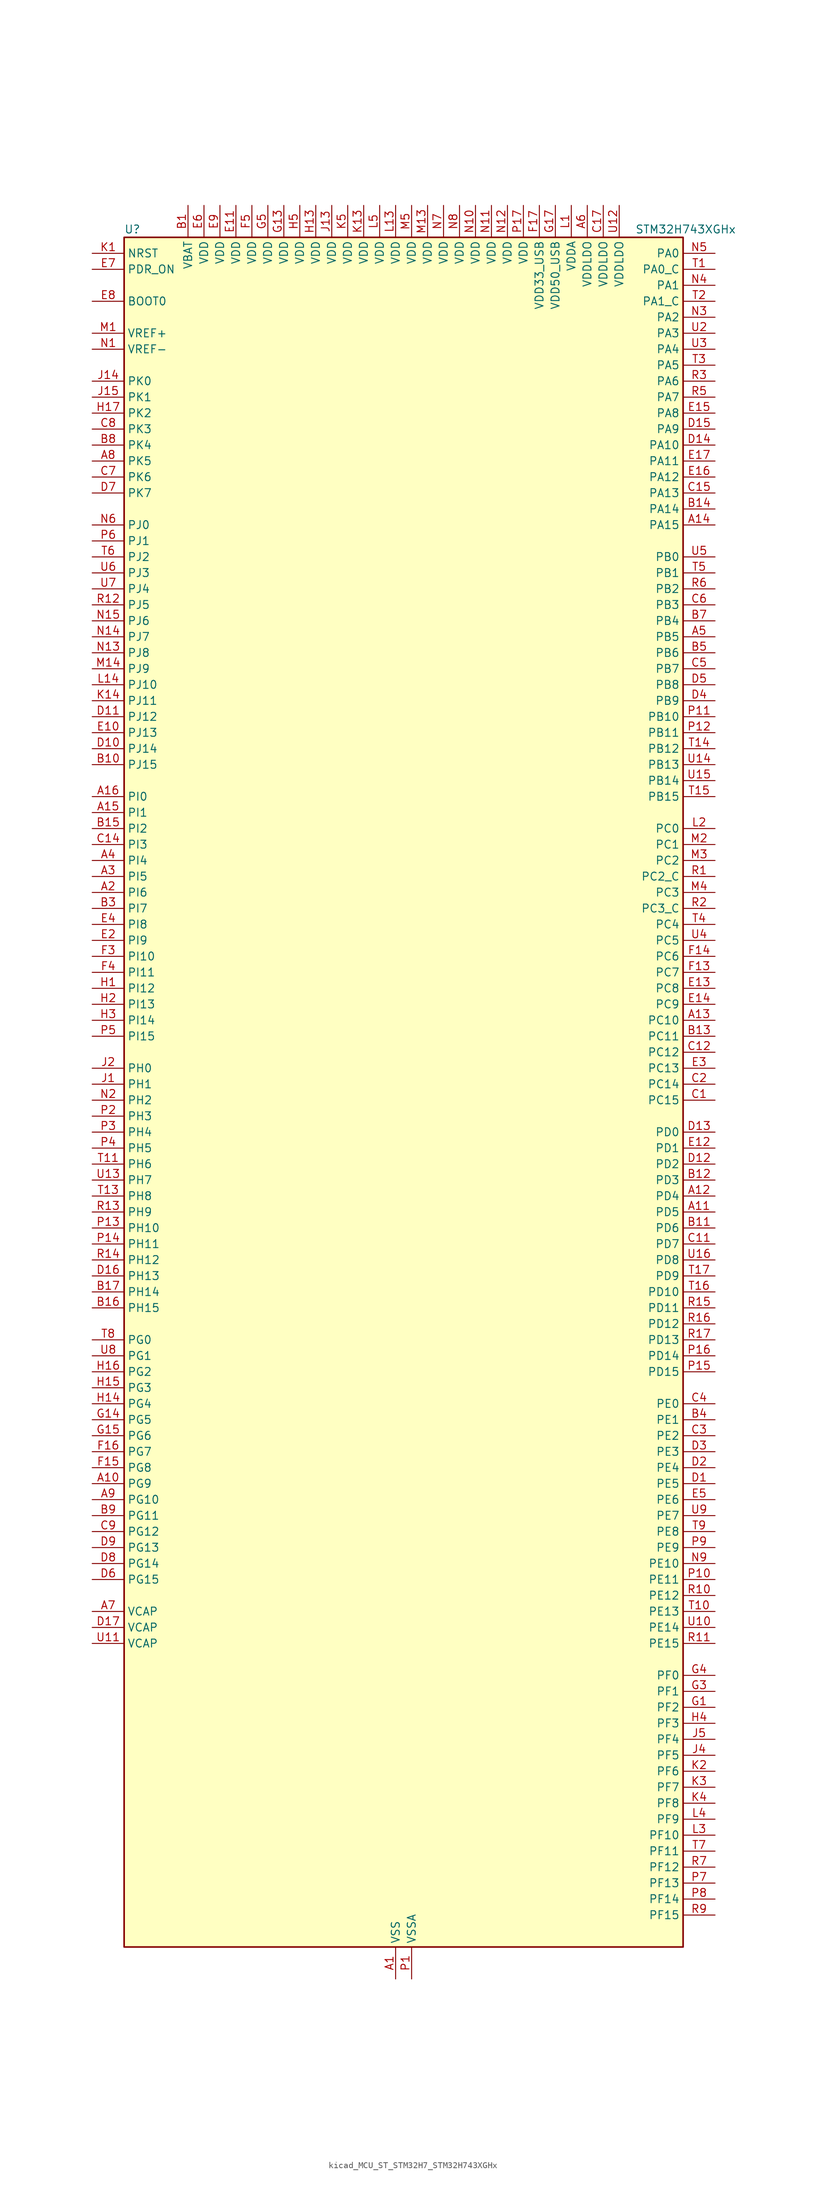
<source format=kicad_sym>
(kicad_symbol_lib
  (version 20220914)
  (generator kicad_symbol_editor)
  (symbol "kicad_MCU_ST_STM32H7_STM32H743XGHx"
    (property "Reference" "U"
      (at -43.18 138.43 0)
      (effects (font (size 1.27 1.27)) (justify left)))
    (property "Value" "STM32H743XGHx"
      (at 38.1 138.43 0)
      (effects (font (size 1.27 1.27)) (justify left)))
    (property "ki_locked" ""
      (at 0 0 0)
      (effects (font (size 1.27 1.27))))
    (symbol "kicad_MCU_ST_STM32H7_STM32H743XGHx_0_1"
      (rectangle (start -43.18 -134.62) (end 45.72 137.16) (stroke (width 0.254) (type default)) (fill (type background))))
    (symbol "kicad_MCU_ST_STM32H7_STM32H743XGHx_1_1"
      (pin power_in line (at 0 -139.7 90) (length 5.08) (name "VSS" (effects (font (size 1.27 1.27)))) (number "A1" (effects (font (size 1.27 1.27)))))
      (pin bidirectional line (at -48.26 -60.96 0) (length 5.08) (name "PG9" (effects (font (size 1.27 1.27)))) (number "A10" (effects (font (size 1.27 1.27)))) (alternate "DAC1_EXTI9" bidirectional line) (alternate "DCMI_VSYNC" bidirectional line) (alternate "FMC_NCE" bidirectional line) (alternate "FMC_NE2" bidirectional line) (alternate "I2S1_SDI" bidirectional line) (alternate "QUADSPI_BK2_IO2" bidirectional line) (alternate "SAI2_FS_B" bidirectional line) (alternate "SPDIFRX1_IN3" bidirectional line) (alternate "SPI1_MISO" bidirectional line) (alternate "USART6_RX" bidirectional line))
      (pin bidirectional line (at 50.8 -17.78 180) (length 5.08) (name "PD5" (effects (font (size 1.27 1.27)))) (number "A11" (effects (font (size 1.27 1.27)))) (alternate "FMC_NWE" bidirectional line) (alternate "HRTIM_EEV3" bidirectional line) (alternate "USART2_TX" bidirectional line))
      (pin bidirectional line (at 50.8 -15.24 180) (length 5.08) (name "PD4" (effects (font (size 1.27 1.27)))) (number "A12" (effects (font (size 1.27 1.27)))) (alternate "FMC_NOE" bidirectional line) (alternate "HRTIM_FLT3" bidirectional line) (alternate "SAI3_FS_A" bidirectional line) (alternate "USART2_DE" bidirectional line) (alternate "USART2_RTS" bidirectional line))
      (pin bidirectional line (at 50.8 12.7 180) (length 5.08) (name "PC10" (effects (font (size 1.27 1.27)))) (number "A13" (effects (font (size 1.27 1.27)))) (alternate "DCMI_D8" bidirectional line) (alternate "DFSDM1_CKIN5" bidirectional line) (alternate "HRTIM_EEV1" bidirectional line) (alternate "I2S3_CK" bidirectional line) (alternate "LTDC_R2" bidirectional line) (alternate "QUADSPI_BK1_IO1" bidirectional line) (alternate "SDMMC1_D2" bidirectional line) (alternate "SPI3_SCK" bidirectional line) (alternate "UART4_TX" bidirectional line) (alternate "USART3_TX" bidirectional line))
      (pin bidirectional line (at 50.8 91.44 180) (length 5.08) (name "PA15" (effects (font (size 1.27 1.27)))) (number "A14" (effects (font (size 1.27 1.27)))) (alternate "ADC1_EXTI15" bidirectional line) (alternate "ADC2_EXTI15" bidirectional line) (alternate "ADC3_EXTI15" bidirectional line) (alternate "CEC" bidirectional line) (alternate "DEBUG_JTDI" bidirectional line) (alternate "HRTIM_FLT1" bidirectional line) (alternate "I2S1_WS" bidirectional line) (alternate "I2S3_WS" bidirectional line) (alternate "SPI1_NSS" bidirectional line) (alternate "SPI3_NSS" bidirectional line) (alternate "SPI6_NSS" bidirectional line) (alternate "TIM2_CH1" bidirectional line) (alternate "TIM2_ETR" bidirectional line) (alternate "UART4_DE" bidirectional line) (alternate "UART4_RTS" bidirectional line) (alternate "UART7_TX" bidirectional line))
      (pin bidirectional line (at -48.26 45.72 0) (length 5.08) (name "PI1" (effects (font (size 1.27 1.27)))) (number "A15" (effects (font (size 1.27 1.27)))) (alternate "DCMI_D8" bidirectional line) (alternate "FMC_D25" bidirectional line) (alternate "I2S2_CK" bidirectional line) (alternate "LTDC_G6" bidirectional line) (alternate "SPI2_SCK" bidirectional line) (alternate "TIM8_BKIN2" bidirectional line) (alternate "TIM8_BKIN2_COMP1" bidirectional line) (alternate "TIM8_BKIN2_COMP2" bidirectional line))
      (pin bidirectional line (at -48.26 48.26 0) (length 5.08) (name "PI0" (effects (font (size 1.27 1.27)))) (number "A16" (effects (font (size 1.27 1.27)))) (alternate "DCMI_D13" bidirectional line) (alternate "FMC_D24" bidirectional line) (alternate "I2S2_WS" bidirectional line) (alternate "LTDC_G5" bidirectional line) (alternate "SPI2_NSS" bidirectional line) (alternate "TIM5_CH4" bidirectional line))
      (pin passive line (at 0 -139.7 90) (length 5.08) hide (name "VSS" (effects (font (size 1.27 1.27)))) (number "A17" (effects (font (size 1.27 1.27)))))
      (pin bidirectional line (at -48.26 33.02 0) (length 5.08) (name "PI6" (effects (font (size 1.27 1.27)))) (number "A2" (effects (font (size 1.27 1.27)))) (alternate "DCMI_D6" bidirectional line) (alternate "FMC_D28" bidirectional line) (alternate "LTDC_B6" bidirectional line) (alternate "SAI2_SD_A" bidirectional line) (alternate "TIM8_CH2" bidirectional line))
      (pin bidirectional line (at -48.26 35.56 0) (length 5.08) (name "PI5" (effects (font (size 1.27 1.27)))) (number "A3" (effects (font (size 1.27 1.27)))) (alternate "DCMI_VSYNC" bidirectional line) (alternate "FMC_NBL3" bidirectional line) (alternate "LTDC_B5" bidirectional line) (alternate "SAI2_SCK_A" bidirectional line) (alternate "TIM8_CH1" bidirectional line))
      (pin bidirectional line (at -48.26 38.1 0) (length 5.08) (name "PI4" (effects (font (size 1.27 1.27)))) (number "A4" (effects (font (size 1.27 1.27)))) (alternate "DCMI_D5" bidirectional line) (alternate "FMC_NBL2" bidirectional line) (alternate "LTDC_B4" bidirectional line) (alternate "SAI2_MCLK_A" bidirectional line) (alternate "TIM8_BKIN" bidirectional line) (alternate "TIM8_BKIN_COMP1" bidirectional line) (alternate "TIM8_BKIN_COMP2" bidirectional line))
      (pin bidirectional line (at 50.8 73.66 180) (length 5.08) (name "PB5" (effects (font (size 1.27 1.27)))) (number "A5" (effects (font (size 1.27 1.27)))) (alternate "DCMI_D10" bidirectional line) (alternate "ETH_PPS_OUT" bidirectional line) (alternate "FDCAN2_RX" bidirectional line) (alternate "FMC_SDCKE1" bidirectional line) (alternate "HRTIM_EEV7" bidirectional line) (alternate "I2C1_SMBA" bidirectional line) (alternate "I2C4_SMBA" bidirectional line) (alternate "I2S1_SDO" bidirectional line) (alternate "I2S3_SDO" bidirectional line) (alternate "SPI1_MOSI" bidirectional line) (alternate "SPI3_MOSI" bidirectional line) (alternate "SPI6_MOSI" bidirectional line) (alternate "TIM17_BKIN" bidirectional line) (alternate "TIM3_CH2" bidirectional line) (alternate "UART5_RX" bidirectional line) (alternate "USB_OTG_HS_ULPI_D7" bidirectional line))
      (pin power_in line (at 30.48 142.24 270) (length 5.08) (name "VDDLDO" (effects (font (size 1.27 1.27)))) (number "A6" (effects (font (size 1.27 1.27)))))
      (pin power_out line (at -48.26 -81.28 0) (length 5.08) (name "VCAP" (effects (font (size 1.27 1.27)))) (number "A7" (effects (font (size 1.27 1.27)))))
      (pin bidirectional line (at -48.26 101.6 0) (length 5.08) (name "PK5" (effects (font (size 1.27 1.27)))) (number "A8" (effects (font (size 1.27 1.27)))) (alternate "LTDC_B6" bidirectional line))
      (pin bidirectional line (at -48.26 -63.5 0) (length 5.08) (name "PG10" (effects (font (size 1.27 1.27)))) (number "A9" (effects (font (size 1.27 1.27)))) (alternate "DCMI_D2" bidirectional line) (alternate "FMC_NE3" bidirectional line) (alternate "HRTIM_FLT5" bidirectional line) (alternate "I2S1_WS" bidirectional line) (alternate "LTDC_B2" bidirectional line) (alternate "LTDC_G3" bidirectional line) (alternate "SAI2_SD_B" bidirectional line) (alternate "SPI1_NSS" bidirectional line))
      (pin power_in line (at -33.02 142.24 270) (length 5.08) (name "VBAT" (effects (font (size 1.27 1.27)))) (number "B1" (effects (font (size 1.27 1.27)))))
      (pin bidirectional line (at -48.26 53.34 0) (length 5.08) (name "PJ15" (effects (font (size 1.27 1.27)))) (number "B10" (effects (font (size 1.27 1.27)))) (alternate "ADC1_EXTI15" bidirectional line) (alternate "ADC2_EXTI15" bidirectional line) (alternate "ADC3_EXTI15" bidirectional line) (alternate "LTDC_B3" bidirectional line))
      (pin bidirectional line (at 50.8 -20.32 180) (length 5.08) (name "PD6" (effects (font (size 1.27 1.27)))) (number "B11" (effects (font (size 1.27 1.27)))) (alternate "DCMI_D10" bidirectional line) (alternate "DFSDM1_CKIN4" bidirectional line) (alternate "DFSDM1_DATIN1" bidirectional line) (alternate "FMC_NWAIT" bidirectional line) (alternate "I2S3_SDO" bidirectional line) (alternate "LTDC_B2" bidirectional line) (alternate "SAI1_D1" bidirectional line) (alternate "SAI1_SD_A" bidirectional line) (alternate "SAI4_D1" bidirectional line) (alternate "SAI4_SD_A" bidirectional line) (alternate "SDMMC2_CK" bidirectional line) (alternate "SPI3_MOSI" bidirectional line) (alternate "USART2_RX" bidirectional line))
      (pin bidirectional line (at 50.8 -12.7 180) (length 5.08) (name "PD3" (effects (font (size 1.27 1.27)))) (number "B12" (effects (font (size 1.27 1.27)))) (alternate "DCMI_D5" bidirectional line) (alternate "DFSDM1_CKOUT" bidirectional line) (alternate "FMC_CLK" bidirectional line) (alternate "I2S2_CK" bidirectional line) (alternate "LTDC_G7" bidirectional line) (alternate "SPI2_SCK" bidirectional line) (alternate "USART2_CTS" bidirectional line) (alternate "USART2_NSS" bidirectional line))
      (pin bidirectional line (at 50.8 10.16 180) (length 5.08) (name "PC11" (effects (font (size 1.27 1.27)))) (number "B13" (effects (font (size 1.27 1.27)))) (alternate "ADC1_EXTI11" bidirectional line) (alternate "ADC2_EXTI11" bidirectional line) (alternate "ADC3_EXTI11" bidirectional line) (alternate "DCMI_D4" bidirectional line) (alternate "DFSDM1_DATIN5" bidirectional line) (alternate "HRTIM_FLT2" bidirectional line) (alternate "I2S3_SDI" bidirectional line) (alternate "QUADSPI_BK2_NCS" bidirectional line) (alternate "SDMMC1_D3" bidirectional line) (alternate "SPI3_MISO" bidirectional line) (alternate "UART4_RX" bidirectional line) (alternate "USART3_RX" bidirectional line))
      (pin bidirectional line (at 50.8 93.98 180) (length 5.08) (name "PA14" (effects (font (size 1.27 1.27)))) (number "B14" (effects (font (size 1.27 1.27)))) (alternate "DEBUG_JTCK-SWCLK" bidirectional line))
      (pin bidirectional line (at -48.26 43.18 0) (length 5.08) (name "PI2" (effects (font (size 1.27 1.27)))) (number "B15" (effects (font (size 1.27 1.27)))) (alternate "DCMI_D9" bidirectional line) (alternate "FMC_D26" bidirectional line) (alternate "I2S2_SDI" bidirectional line) (alternate "LTDC_G7" bidirectional line) (alternate "SPI2_MISO" bidirectional line) (alternate "TIM8_CH4" bidirectional line))
      (pin bidirectional line (at -48.26 -33.02 0) (length 5.08) (name "PH15" (effects (font (size 1.27 1.27)))) (number "B16" (effects (font (size 1.27 1.27)))) (alternate "ADC1_EXTI15" bidirectional line) (alternate "ADC2_EXTI15" bidirectional line) (alternate "ADC3_EXTI15" bidirectional line) (alternate "DCMI_D11" bidirectional line) (alternate "FMC_D23" bidirectional line) (alternate "LTDC_G4" bidirectional line) (alternate "TIM8_CH3N" bidirectional line))
      (pin bidirectional line (at -48.26 -30.48 0) (length 5.08) (name "PH14" (effects (font (size 1.27 1.27)))) (number "B17" (effects (font (size 1.27 1.27)))) (alternate "DCMI_D4" bidirectional line) (alternate "FDCAN1_RX" bidirectional line) (alternate "FMC_D22" bidirectional line) (alternate "LTDC_G3" bidirectional line) (alternate "TIM8_CH2N" bidirectional line) (alternate "UART4_RX" bidirectional line))
      (pin passive line (at 0 -139.7 90) (length 5.08) hide (name "VSS" (effects (font (size 1.27 1.27)))) (number "B2" (effects (font (size 1.27 1.27)))))
      (pin bidirectional line (at -48.26 30.48 0) (length 5.08) (name "PI7" (effects (font (size 1.27 1.27)))) (number "B3" (effects (font (size 1.27 1.27)))) (alternate "DCMI_D7" bidirectional line) (alternate "FMC_D29" bidirectional line) (alternate "LTDC_B7" bidirectional line) (alternate "SAI2_FS_A" bidirectional line) (alternate "TIM8_CH3" bidirectional line))
      (pin bidirectional line (at 50.8 -50.8 180) (length 5.08) (name "PE1" (effects (font (size 1.27 1.27)))) (number "B4" (effects (font (size 1.27 1.27)))) (alternate "DCMI_D3" bidirectional line) (alternate "FMC_NBL1" bidirectional line) (alternate "HRTIM_SCOUT" bidirectional line) (alternate "LPTIM1_IN2" bidirectional line) (alternate "UART8_TX" bidirectional line))
      (pin bidirectional line (at 50.8 71.12 180) (length 5.08) (name "PB6" (effects (font (size 1.27 1.27)))) (number "B5" (effects (font (size 1.27 1.27)))) (alternate "CEC" bidirectional line) (alternate "DCMI_D5" bidirectional line) (alternate "DFSDM1_DATIN5" bidirectional line) (alternate "FDCAN2_TX" bidirectional line) (alternate "FMC_SDNE1" bidirectional line) (alternate "HRTIM_EEV8" bidirectional line) (alternate "I2C1_SCL" bidirectional line) (alternate "I2C4_SCL" bidirectional line) (alternate "LPUART1_TX" bidirectional line) (alternate "QUADSPI_BK1_NCS" bidirectional line) (alternate "TIM16_CH1N" bidirectional line) (alternate "TIM4_CH1" bidirectional line) (alternate "UART5_TX" bidirectional line) (alternate "USART1_TX" bidirectional line))
      (pin passive line (at 0 -139.7 90) (length 5.08) hide (name "VSS" (effects (font (size 1.27 1.27)))) (number "B6" (effects (font (size 1.27 1.27)))))
      (pin bidirectional line (at 50.8 76.2 180) (length 5.08) (name "PB4" (effects (font (size 1.27 1.27)))) (number "B7" (effects (font (size 1.27 1.27)))) (alternate "DEBUG_JTRST" bidirectional line) (alternate "HRTIM_EEV6" bidirectional line) (alternate "I2S1_SDI" bidirectional line) (alternate "I2S2_WS" bidirectional line) (alternate "I2S3_SDI" bidirectional line) (alternate "SDMMC2_D3" bidirectional line) (alternate "SPI1_MISO" bidirectional line) (alternate "SPI2_NSS" bidirectional line) (alternate "SPI3_MISO" bidirectional line) (alternate "SPI6_MISO" bidirectional line) (alternate "TIM16_BKIN" bidirectional line) (alternate "TIM3_CH1" bidirectional line) (alternate "UART7_TX" bidirectional line))
      (pin bidirectional line (at -48.26 104.14 0) (length 5.08) (name "PK4" (effects (font (size 1.27 1.27)))) (number "B8" (effects (font (size 1.27 1.27)))) (alternate "LTDC_B5" bidirectional line))
      (pin bidirectional line (at -48.26 -66.04 0) (length 5.08) (name "PG11" (effects (font (size 1.27 1.27)))) (number "B9" (effects (font (size 1.27 1.27)))) (alternate "ADC1_EXTI11" bidirectional line) (alternate "ADC2_EXTI11" bidirectional line) (alternate "ADC3_EXTI11" bidirectional line) (alternate "DCMI_D3" bidirectional line) (alternate "ETH_TX_EN" bidirectional line) (alternate "HRTIM_EEV4" bidirectional line) (alternate "I2S1_CK" bidirectional line) (alternate "LPTIM1_IN2" bidirectional line) (alternate "LTDC_B3" bidirectional line) (alternate "SDMMC2_D2" bidirectional line) (alternate "SPDIFRX1_IN0" bidirectional line) (alternate "SPI1_SCK" bidirectional line))
      (pin bidirectional line (at 50.8 0 180) (length 5.08) (name "PC15" (effects (font (size 1.27 1.27)))) (number "C1" (effects (font (size 1.27 1.27)))) (alternate "ADC1_EXTI15" bidirectional line) (alternate "ADC2_EXTI15" bidirectional line) (alternate "ADC3_EXTI15" bidirectional line) (alternate "RCC_OSC32_OUT" bidirectional line))
      (pin passive line (at 0 -139.7 90) (length 5.08) hide (name "VSS" (effects (font (size 1.27 1.27)))) (number "C10" (effects (font (size 1.27 1.27)))))
      (pin bidirectional line (at 50.8 -22.86 180) (length 5.08) (name "PD7" (effects (font (size 1.27 1.27)))) (number "C11" (effects (font (size 1.27 1.27)))) (alternate "DFSDM1_CKIN1" bidirectional line) (alternate "DFSDM1_DATIN4" bidirectional line) (alternate "FMC_NE1" bidirectional line) (alternate "I2S1_SDO" bidirectional line) (alternate "SDMMC2_CMD" bidirectional line) (alternate "SPDIFRX1_IN0" bidirectional line) (alternate "SPI1_MOSI" bidirectional line) (alternate "USART2_CK" bidirectional line))
      (pin bidirectional line (at 50.8 7.62 180) (length 5.08) (name "PC12" (effects (font (size 1.27 1.27)))) (number "C12" (effects (font (size 1.27 1.27)))) (alternate "DCMI_D9" bidirectional line) (alternate "DEBUG_TRACED3" bidirectional line) (alternate "HRTIM_EEV2" bidirectional line) (alternate "I2S3_SDO" bidirectional line) (alternate "SDMMC1_CK" bidirectional line) (alternate "SPI3_MOSI" bidirectional line) (alternate "UART5_TX" bidirectional line) (alternate "USART3_CK" bidirectional line))
      (pin passive line (at 0 -139.7 90) (length 5.08) hide (name "VSS" (effects (font (size 1.27 1.27)))) (number "C13" (effects (font (size 1.27 1.27)))))
      (pin bidirectional line (at -48.26 40.64 0) (length 5.08) (name "PI3" (effects (font (size 1.27 1.27)))) (number "C14" (effects (font (size 1.27 1.27)))) (alternate "DCMI_D10" bidirectional line) (alternate "FMC_D27" bidirectional line) (alternate "I2S2_SDO" bidirectional line) (alternate "SPI2_MOSI" bidirectional line) (alternate "TIM8_ETR" bidirectional line))
      (pin bidirectional line (at 50.8 96.52 180) (length 5.08) (name "PA13" (effects (font (size 1.27 1.27)))) (number "C15" (effects (font (size 1.27 1.27)))) (alternate "DEBUG_JTMS-SWDIO" bidirectional line))
      (pin passive line (at 0 -139.7 90) (length 5.08) hide (name "VSS" (effects (font (size 1.27 1.27)))) (number "C16" (effects (font (size 1.27 1.27)))))
      (pin power_in line (at 33.02 142.24 270) (length 5.08) (name "VDDLDO" (effects (font (size 1.27 1.27)))) (number "C17" (effects (font (size 1.27 1.27)))))
      (pin bidirectional line (at 50.8 2.54 180) (length 5.08) (name "PC14" (effects (font (size 1.27 1.27)))) (number "C2" (effects (font (size 1.27 1.27)))) (alternate "RCC_OSC32_IN" bidirectional line))
      (pin bidirectional line (at 50.8 -53.34 180) (length 5.08) (name "PE2" (effects (font (size 1.27 1.27)))) (number "C3" (effects (font (size 1.27 1.27)))) (alternate "DEBUG_TRACECLK" bidirectional line) (alternate "ETH_TXD3" bidirectional line) (alternate "FMC_A23" bidirectional line) (alternate "QUADSPI_BK1_IO2" bidirectional line) (alternate "SAI1_CK1" bidirectional line) (alternate "SAI1_MCLK_A" bidirectional line) (alternate "SAI4_CK1" bidirectional line) (alternate "SAI4_MCLK_A" bidirectional line) (alternate "SPI4_SCK" bidirectional line))
      (pin bidirectional line (at 50.8 -48.26 180) (length 5.08) (name "PE0" (effects (font (size 1.27 1.27)))) (number "C4" (effects (font (size 1.27 1.27)))) (alternate "DCMI_D2" bidirectional line) (alternate "FMC_NBL0" bidirectional line) (alternate "HRTIM_SCIN" bidirectional line) (alternate "LPTIM1_ETR" bidirectional line) (alternate "LPTIM2_ETR" bidirectional line) (alternate "SAI2_MCLK_A" bidirectional line) (alternate "TIM4_ETR" bidirectional line) (alternate "UART8_RX" bidirectional line))
      (pin bidirectional line (at 50.8 68.58 180) (length 5.08) (name "PB7" (effects (font (size 1.27 1.27)))) (number "C5" (effects (font (size 1.27 1.27)))) (alternate "DCMI_VSYNC" bidirectional line) (alternate "DFSDM1_CKIN5" bidirectional line) (alternate "FMC_NL" bidirectional line) (alternate "HRTIM_EEV9" bidirectional line) (alternate "I2C1_SDA" bidirectional line) (alternate "I2C4_SDA" bidirectional line) (alternate "LPUART1_RX" bidirectional line) (alternate "PWR_PVD_IN" bidirectional line) (alternate "TIM17_CH1N" bidirectional line) (alternate "TIM4_CH2" bidirectional line) (alternate "USART1_RX" bidirectional line))
      (pin bidirectional line (at 50.8 78.74 180) (length 5.08) (name "PB3" (effects (font (size 1.27 1.27)))) (number "C6" (effects (font (size 1.27 1.27)))) (alternate "CRS_SYNC" bidirectional line) (alternate "DEBUG_JTDO-SWO" bidirectional line) (alternate "HRTIM_FLT4" bidirectional line) (alternate "I2S1_CK" bidirectional line) (alternate "I2S3_CK" bidirectional line) (alternate "SDMMC2_D2" bidirectional line) (alternate "SPI1_SCK" bidirectional line) (alternate "SPI3_SCK" bidirectional line) (alternate "SPI6_SCK" bidirectional line) (alternate "TIM2_CH2" bidirectional line) (alternate "UART7_RX" bidirectional line))
      (pin bidirectional line (at -48.26 99.06 0) (length 5.08) (name "PK6" (effects (font (size 1.27 1.27)))) (number "C7" (effects (font (size 1.27 1.27)))) (alternate "LTDC_B7" bidirectional line))
      (pin bidirectional line (at -48.26 106.68 0) (length 5.08) (name "PK3" (effects (font (size 1.27 1.27)))) (number "C8" (effects (font (size 1.27 1.27)))) (alternate "LTDC_B4" bidirectional line))
      (pin bidirectional line (at -48.26 -68.58 0) (length 5.08) (name "PG12" (effects (font (size 1.27 1.27)))) (number "C9" (effects (font (size 1.27 1.27)))) (alternate "ETH_TXD1" bidirectional line) (alternate "FMC_NE4" bidirectional line) (alternate "HRTIM_EEV5" bidirectional line) (alternate "LPTIM1_IN1" bidirectional line) (alternate "LTDC_B1" bidirectional line) (alternate "LTDC_B4" bidirectional line) (alternate "SPDIFRX1_IN1" bidirectional line) (alternate "SPI6_MISO" bidirectional line) (alternate "USART6_DE" bidirectional line) (alternate "USART6_RTS" bidirectional line))
      (pin bidirectional line (at 50.8 -60.96 180) (length 5.08) (name "PE5" (effects (font (size 1.27 1.27)))) (number "D1" (effects (font (size 1.27 1.27)))) (alternate "DCMI_D6" bidirectional line) (alternate "DEBUG_TRACED2" bidirectional line) (alternate "DFSDM1_CKIN3" bidirectional line) (alternate "FMC_A21" bidirectional line) (alternate "LTDC_G0" bidirectional line) (alternate "SAI1_CK2" bidirectional line) (alternate "SAI1_SCK_A" bidirectional line) (alternate "SAI4_CK2" bidirectional line) (alternate "SAI4_SCK_A" bidirectional line) (alternate "SPI4_MISO" bidirectional line) (alternate "TIM15_CH1" bidirectional line))
      (pin bidirectional line (at -48.26 55.88 0) (length 5.08) (name "PJ14" (effects (font (size 1.27 1.27)))) (number "D10" (effects (font (size 1.27 1.27)))) (alternate "LTDC_B2" bidirectional line))
      (pin bidirectional line (at -48.26 60.96 0) (length 5.08) (name "PJ12" (effects (font (size 1.27 1.27)))) (number "D11" (effects (font (size 1.27 1.27)))) (alternate "DEBUG_TRGOUT" bidirectional line) (alternate "LTDC_B0" bidirectional line) (alternate "LTDC_G3" bidirectional line))
      (pin bidirectional line (at 50.8 -10.16 180) (length 5.08) (name "PD2" (effects (font (size 1.27 1.27)))) (number "D12" (effects (font (size 1.27 1.27)))) (alternate "DCMI_D11" bidirectional line) (alternate "DEBUG_TRACED2" bidirectional line) (alternate "SDMMC1_CMD" bidirectional line) (alternate "TIM3_ETR" bidirectional line) (alternate "UART5_RX" bidirectional line))
      (pin bidirectional line (at 50.8 -5.08 180) (length 5.08) (name "PD0" (effects (font (size 1.27 1.27)))) (number "D13" (effects (font (size 1.27 1.27)))) (alternate "DFSDM1_CKIN6" bidirectional line) (alternate "FDCAN1_RX" bidirectional line) (alternate "FMC_D2" bidirectional line) (alternate "FMC_DA2" bidirectional line) (alternate "SAI3_SCK_A" bidirectional line) (alternate "UART4_RX" bidirectional line))
      (pin bidirectional line (at 50.8 104.14 180) (length 5.08) (name "PA10" (effects (font (size 1.27 1.27)))) (number "D14" (effects (font (size 1.27 1.27)))) (alternate "DCMI_D1" bidirectional line) (alternate "HRTIM_CHC2" bidirectional line) (alternate "LPUART1_RX" bidirectional line) (alternate "LTDC_B1" bidirectional line) (alternate "LTDC_B4" bidirectional line) (alternate "MDIOS_MDIO" bidirectional line) (alternate "TIM1_CH3" bidirectional line) (alternate "USART1_RX" bidirectional line) (alternate "USB_OTG_FS_ID" bidirectional line))
      (pin bidirectional line (at 50.8 106.68 180) (length 5.08) (name "PA9" (effects (font (size 1.27 1.27)))) (number "D15" (effects (font (size 1.27 1.27)))) (alternate "DAC1_EXTI9" bidirectional line) (alternate "DCMI_D0" bidirectional line) (alternate "HRTIM_CHC1" bidirectional line) (alternate "I2C3_SMBA" bidirectional line) (alternate "I2S2_CK" bidirectional line) (alternate "LPUART1_TX" bidirectional line) (alternate "LTDC_R5" bidirectional line) (alternate "SPI2_SCK" bidirectional line) (alternate "TIM1_CH2" bidirectional line) (alternate "USART1_TX" bidirectional line) (alternate "USB_OTG_FS_VBUS" bidirectional line))
      (pin bidirectional line (at -48.26 -27.94 0) (length 5.08) (name "PH13" (effects (font (size 1.27 1.27)))) (number "D16" (effects (font (size 1.27 1.27)))) (alternate "FDCAN1_TX" bidirectional line) (alternate "FMC_D21" bidirectional line) (alternate "LTDC_G2" bidirectional line) (alternate "TIM8_CH1N" bidirectional line) (alternate "UART4_TX" bidirectional line))
      (pin power_out line (at -48.26 -83.82 0) (length 5.08) (name "VCAP" (effects (font (size 1.27 1.27)))) (number "D17" (effects (font (size 1.27 1.27)))))
      (pin bidirectional line (at 50.8 -58.42 180) (length 5.08) (name "PE4" (effects (font (size 1.27 1.27)))) (number "D2" (effects (font (size 1.27 1.27)))) (alternate "DCMI_D4" bidirectional line) (alternate "DEBUG_TRACED1" bidirectional line) (alternate "DFSDM1_DATIN3" bidirectional line) (alternate "FMC_A20" bidirectional line) (alternate "LTDC_B0" bidirectional line) (alternate "SAI1_D2" bidirectional line) (alternate "SAI1_FS_A" bidirectional line) (alternate "SAI4_D2" bidirectional line) (alternate "SAI4_FS_A" bidirectional line) (alternate "SPI4_NSS" bidirectional line) (alternate "TIM15_CH1N" bidirectional line))
      (pin bidirectional line (at 50.8 -55.88 180) (length 5.08) (name "PE3" (effects (font (size 1.27 1.27)))) (number "D3" (effects (font (size 1.27 1.27)))) (alternate "DEBUG_TRACED0" bidirectional line) (alternate "FMC_A19" bidirectional line) (alternate "SAI1_SD_B" bidirectional line) (alternate "SAI4_SD_B" bidirectional line) (alternate "TIM15_BKIN" bidirectional line))
      (pin bidirectional line (at 50.8 63.5 180) (length 5.08) (name "PB9" (effects (font (size 1.27 1.27)))) (number "D4" (effects (font (size 1.27 1.27)))) (alternate "DAC1_EXTI9" bidirectional line) (alternate "DCMI_D7" bidirectional line) (alternate "DFSDM1_DATIN7" bidirectional line) (alternate "FDCAN1_TX" bidirectional line) (alternate "I2C1_SDA" bidirectional line) (alternate "I2C4_SDA" bidirectional line) (alternate "I2C4_SMBA" bidirectional line) (alternate "I2S2_WS" bidirectional line) (alternate "LTDC_B7" bidirectional line) (alternate "SDMMC1_CDIR" bidirectional line) (alternate "SDMMC1_D5" bidirectional line) (alternate "SDMMC2_D5" bidirectional line) (alternate "SPI2_NSS" bidirectional line) (alternate "TIM17_CH1" bidirectional line) (alternate "TIM4_CH4" bidirectional line) (alternate "UART4_TX" bidirectional line))
      (pin bidirectional line (at 50.8 66.04 180) (length 5.08) (name "PB8" (effects (font (size 1.27 1.27)))) (number "D5" (effects (font (size 1.27 1.27)))) (alternate "DCMI_D6" bidirectional line) (alternate "DFSDM1_CKIN7" bidirectional line) (alternate "ETH_TXD3" bidirectional line) (alternate "FDCAN1_RX" bidirectional line) (alternate "I2C1_SCL" bidirectional line) (alternate "I2C4_SCL" bidirectional line) (alternate "LTDC_B6" bidirectional line) (alternate "SDMMC1_CKIN" bidirectional line) (alternate "SDMMC1_D4" bidirectional line) (alternate "SDMMC2_D4" bidirectional line) (alternate "TIM16_CH1" bidirectional line) (alternate "TIM4_CH3" bidirectional line) (alternate "UART4_RX" bidirectional line))
      (pin bidirectional line (at -48.26 -76.2 0) (length 5.08) (name "PG15" (effects (font (size 1.27 1.27)))) (number "D6" (effects (font (size 1.27 1.27)))) (alternate "ADC1_EXTI15" bidirectional line) (alternate "ADC2_EXTI15" bidirectional line) (alternate "ADC3_EXTI15" bidirectional line) (alternate "DCMI_D13" bidirectional line) (alternate "FMC_SDNCAS" bidirectional line) (alternate "USART6_CTS" bidirectional line) (alternate "USART6_NSS" bidirectional line))
      (pin bidirectional line (at -48.26 96.52 0) (length 5.08) (name "PK7" (effects (font (size 1.27 1.27)))) (number "D7" (effects (font (size 1.27 1.27)))) (alternate "LTDC_DE" bidirectional line))
      (pin bidirectional line (at -48.26 -73.66 0) (length 5.08) (name "PG14" (effects (font (size 1.27 1.27)))) (number "D8" (effects (font (size 1.27 1.27)))) (alternate "DEBUG_TRACED1" bidirectional line) (alternate "ETH_TXD1" bidirectional line) (alternate "FMC_A25" bidirectional line) (alternate "LPTIM1_ETR" bidirectional line) (alternate "LTDC_B0" bidirectional line) (alternate "QUADSPI_BK2_IO3" bidirectional line) (alternate "SPI6_MOSI" bidirectional line) (alternate "USART6_TX" bidirectional line))
      (pin bidirectional line (at -48.26 -71.12 0) (length 5.08) (name "PG13" (effects (font (size 1.27 1.27)))) (number "D9" (effects (font (size 1.27 1.27)))) (alternate "DEBUG_TRACED0" bidirectional line) (alternate "ETH_TXD0" bidirectional line) (alternate "FMC_A24" bidirectional line) (alternate "HRTIM_EEV10" bidirectional line) (alternate "LPTIM1_OUT" bidirectional line) (alternate "LTDC_R0" bidirectional line) (alternate "SPI6_SCK" bidirectional line) (alternate "USART6_CTS" bidirectional line) (alternate "USART6_NSS" bidirectional line))
      (pin no_connect line (at -43.18 -134.62 0) (length 5.08) hide (name "NC" (effects (font (size 1.27 1.27)))) (number "E1" (effects (font (size 1.27 1.27)))))
      (pin bidirectional line (at -48.26 58.42 0) (length 5.08) (name "PJ13" (effects (font (size 1.27 1.27)))) (number "E10" (effects (font (size 1.27 1.27)))) (alternate "LTDC_B1" bidirectional line) (alternate "LTDC_B4" bidirectional line))
      (pin power_in line (at -25.4 142.24 270) (length 5.08) (name "VDD" (effects (font (size 1.27 1.27)))) (number "E11" (effects (font (size 1.27 1.27)))))
      (pin bidirectional line (at 50.8 -7.62 180) (length 5.08) (name "PD1" (effects (font (size 1.27 1.27)))) (number "E12" (effects (font (size 1.27 1.27)))) (alternate "DFSDM1_DATIN6" bidirectional line) (alternate "FDCAN1_TX" bidirectional line) (alternate "FMC_D3" bidirectional line) (alternate "FMC_DA3" bidirectional line) (alternate "SAI3_SD_A" bidirectional line) (alternate "UART4_TX" bidirectional line))
      (pin bidirectional line (at 50.8 17.78 180) (length 5.08) (name "PC8" (effects (font (size 1.27 1.27)))) (number "E13" (effects (font (size 1.27 1.27)))) (alternate "DCMI_D2" bidirectional line) (alternate "DEBUG_TRACED1" bidirectional line) (alternate "FMC_NCE" bidirectional line) (alternate "FMC_NE2" bidirectional line) (alternate "HRTIM_CHB1" bidirectional line) (alternate "SDMMC1_D0" bidirectional line) (alternate "SWPMI1_RX" bidirectional line) (alternate "TIM3_CH3" bidirectional line) (alternate "TIM8_CH3" bidirectional line) (alternate "UART5_DE" bidirectional line) (alternate "UART5_RTS" bidirectional line) (alternate "USART6_CK" bidirectional line))
      (pin bidirectional line (at 50.8 15.24 180) (length 5.08) (name "PC9" (effects (font (size 1.27 1.27)))) (number "E14" (effects (font (size 1.27 1.27)))) (alternate "DAC1_EXTI9" bidirectional line) (alternate "DCMI_D3" bidirectional line) (alternate "I2C3_SDA" bidirectional line) (alternate "I2S_CKIN" bidirectional line) (alternate "LTDC_B2" bidirectional line) (alternate "LTDC_G3" bidirectional line) (alternate "QUADSPI_BK1_IO0" bidirectional line) (alternate "RCC_MCO_2" bidirectional line) (alternate "SDMMC1_D1" bidirectional line) (alternate "SWPMI1_SUSPEND" bidirectional line) (alternate "TIM3_CH4" bidirectional line) (alternate "TIM8_CH4" bidirectional line) (alternate "UART5_CTS" bidirectional line))
      (pin bidirectional line (at 50.8 109.22 180) (length 5.08) (name "PA8" (effects (font (size 1.27 1.27)))) (number "E15" (effects (font (size 1.27 1.27)))) (alternate "HRTIM_CHB2" bidirectional line) (alternate "I2C3_SCL" bidirectional line) (alternate "LTDC_B3" bidirectional line) (alternate "LTDC_R6" bidirectional line) (alternate "RCC_MCO_1" bidirectional line) (alternate "TIM1_CH1" bidirectional line) (alternate "TIM8_BKIN2" bidirectional line) (alternate "TIM8_BKIN2_COMP1" bidirectional line) (alternate "TIM8_BKIN2_COMP2" bidirectional line) (alternate "UART7_RX" bidirectional line) (alternate "USART1_CK" bidirectional line) (alternate "USB_OTG_FS_SOF" bidirectional line))
      (pin bidirectional line (at 50.8 99.06 180) (length 5.08) (name "PA12" (effects (font (size 1.27 1.27)))) (number "E16" (effects (font (size 1.27 1.27)))) (alternate "FDCAN1_TX" bidirectional line) (alternate "HRTIM_CHD2" bidirectional line) (alternate "I2S2_CK" bidirectional line) (alternate "LPUART1_DE" bidirectional line) (alternate "LPUART1_RTS" bidirectional line) (alternate "LTDC_R5" bidirectional line) (alternate "SAI2_FS_B" bidirectional line) (alternate "SPI2_SCK" bidirectional line) (alternate "TIM1_ETR" bidirectional line) (alternate "UART4_TX" bidirectional line) (alternate "USART1_DE" bidirectional line) (alternate "USART1_RTS" bidirectional line) (alternate "USB_OTG_FS_DP" bidirectional line))
      (pin bidirectional line (at 50.8 101.6 180) (length 5.08) (name "PA11" (effects (font (size 1.27 1.27)))) (number "E17" (effects (font (size 1.27 1.27)))) (alternate "ADC1_EXTI11" bidirectional line) (alternate "ADC2_EXTI11" bidirectional line) (alternate "ADC3_EXTI11" bidirectional line) (alternate "FDCAN1_RX" bidirectional line) (alternate "HRTIM_CHD1" bidirectional line) (alternate "I2S2_WS" bidirectional line) (alternate "LPUART1_CTS" bidirectional line) (alternate "LTDC_R4" bidirectional line) (alternate "SPI2_NSS" bidirectional line) (alternate "TIM1_CH4" bidirectional line) (alternate "UART4_RX" bidirectional line) (alternate "USART1_CTS" bidirectional line) (alternate "USART1_NSS" bidirectional line) (alternate "USB_OTG_FS_DM" bidirectional line))
      (pin bidirectional line (at -48.26 25.4 0) (length 5.08) (name "PI9" (effects (font (size 1.27 1.27)))) (number "E2" (effects (font (size 1.27 1.27)))) (alternate "DAC1_EXTI9" bidirectional line) (alternate "FDCAN1_RX" bidirectional line) (alternate "FMC_D30" bidirectional line) (alternate "LTDC_VSYNC" bidirectional line) (alternate "UART4_RX" bidirectional line))
      (pin bidirectional line (at 50.8 5.08 180) (length 5.08) (name "PC13" (effects (font (size 1.27 1.27)))) (number "E3" (effects (font (size 1.27 1.27)))) (alternate "PWR_WKUP2" bidirectional line) (alternate "RTC_OUT_ALARM" bidirectional line) (alternate "RTC_OUT_CALIB" bidirectional line) (alternate "RTC_TAMP1" bidirectional line) (alternate "RTC_TS" bidirectional line))
      (pin bidirectional line (at -48.26 27.94 0) (length 5.08) (name "PI8" (effects (font (size 1.27 1.27)))) (number "E4" (effects (font (size 1.27 1.27)))) (alternate "PWR_WKUP3" bidirectional line) (alternate "RTC_TAMP2" bidirectional line))
      (pin bidirectional line (at 50.8 -63.5 180) (length 5.08) (name "PE6" (effects (font (size 1.27 1.27)))) (number "E5" (effects (font (size 1.27 1.27)))) (alternate "DCMI_D7" bidirectional line) (alternate "DEBUG_TRACED3" bidirectional line) (alternate "FMC_A22" bidirectional line) (alternate "LTDC_G1" bidirectional line) (alternate "SAI1_D1" bidirectional line) (alternate "SAI1_SD_A" bidirectional line) (alternate "SAI2_MCLK_B" bidirectional line) (alternate "SAI4_D1" bidirectional line) (alternate "SAI4_SD_A" bidirectional line) (alternate "SPI4_MOSI" bidirectional line) (alternate "TIM15_CH2" bidirectional line) (alternate "TIM1_BKIN2" bidirectional line) (alternate "TIM1_BKIN2_COMP1" bidirectional line) (alternate "TIM1_BKIN2_COMP2" bidirectional line))
      (pin power_in line (at -30.48 142.24 270) (length 5.08) (name "VDD" (effects (font (size 1.27 1.27)))) (number "E6" (effects (font (size 1.27 1.27)))))
      (pin input line (at -48.26 132.08 0) (length 5.08) (name "PDR_ON" (effects (font (size 1.27 1.27)))) (number "E7" (effects (font (size 1.27 1.27)))))
      (pin input line (at -48.26 127 0) (length 5.08) (name "BOOT0" (effects (font (size 1.27 1.27)))) (number "E8" (effects (font (size 1.27 1.27)))))
      (pin power_in line (at -27.94 142.24 270) (length 5.08) (name "VDD" (effects (font (size 1.27 1.27)))) (number "E9" (effects (font (size 1.27 1.27)))))
      (pin passive line (at 0 -139.7 90) (length 5.08) hide (name "VSS" (effects (font (size 1.27 1.27)))) (number "F1" (effects (font (size 1.27 1.27)))))
      (pin bidirectional line (at 50.8 20.32 180) (length 5.08) (name "PC7" (effects (font (size 1.27 1.27)))) (number "F13" (effects (font (size 1.27 1.27)))) (alternate "DCMI_D1" bidirectional line) (alternate "DEBUG_TRGIO" bidirectional line) (alternate "DFSDM1_DATIN3" bidirectional line) (alternate "FMC_NE1" bidirectional line) (alternate "HRTIM_CHA2" bidirectional line) (alternate "I2S3_MCK" bidirectional line) (alternate "LTDC_G6" bidirectional line) (alternate "SDMMC1_D123DIR" bidirectional line) (alternate "SDMMC1_D7" bidirectional line) (alternate "SDMMC2_D7" bidirectional line) (alternate "SWPMI1_TX" bidirectional line) (alternate "TIM3_CH2" bidirectional line) (alternate "TIM8_CH2" bidirectional line) (alternate "USART6_RX" bidirectional line))
      (pin bidirectional line (at 50.8 22.86 180) (length 5.08) (name "PC6" (effects (font (size 1.27 1.27)))) (number "F14" (effects (font (size 1.27 1.27)))) (alternate "DCMI_D0" bidirectional line) (alternate "DFSDM1_CKIN3" bidirectional line) (alternate "FMC_NWAIT" bidirectional line) (alternate "HRTIM_CHA1" bidirectional line) (alternate "I2S2_MCK" bidirectional line) (alternate "LTDC_HSYNC" bidirectional line) (alternate "SDMMC1_D0DIR" bidirectional line) (alternate "SDMMC1_D6" bidirectional line) (alternate "SDMMC2_D6" bidirectional line) (alternate "SWPMI1_IO" bidirectional line) (alternate "TIM3_CH1" bidirectional line) (alternate "TIM8_CH1" bidirectional line) (alternate "USART6_TX" bidirectional line))
      (pin bidirectional line (at -48.26 -58.42 0) (length 5.08) (name "PG8" (effects (font (size 1.27 1.27)))) (number "F15" (effects (font (size 1.27 1.27)))) (alternate "ETH_PPS_OUT" bidirectional line) (alternate "FMC_SDCLK" bidirectional line) (alternate "LTDC_G7" bidirectional line) (alternate "SPDIFRX1_IN2" bidirectional line) (alternate "SPI6_NSS" bidirectional line) (alternate "TIM8_ETR" bidirectional line) (alternate "USART6_DE" bidirectional line) (alternate "USART6_RTS" bidirectional line))
      (pin bidirectional line (at -48.26 -55.88 0) (length 5.08) (name "PG7" (effects (font (size 1.27 1.27)))) (number "F16" (effects (font (size 1.27 1.27)))) (alternate "DCMI_D13" bidirectional line) (alternate "FMC_INT" bidirectional line) (alternate "HRTIM_CHE2" bidirectional line) (alternate "LTDC_CLK" bidirectional line) (alternate "SAI1_MCLK_A" bidirectional line) (alternate "USART6_CK" bidirectional line))
      (pin power_in line (at 22.86 142.24 270) (length 5.08) (name "VDD33_USB" (effects (font (size 1.27 1.27)))) (number "F17" (effects (font (size 1.27 1.27)))))
      (pin passive line (at 0 -139.7 90) (length 5.08) hide (name "VSS" (effects (font (size 1.27 1.27)))) (number "F2" (effects (font (size 1.27 1.27)))))
      (pin bidirectional line (at -48.26 22.86 0) (length 5.08) (name "PI10" (effects (font (size 1.27 1.27)))) (number "F3" (effects (font (size 1.27 1.27)))) (alternate "ETH_RX_ER" bidirectional line) (alternate "FMC_D31" bidirectional line) (alternate "LTDC_HSYNC" bidirectional line))
      (pin bidirectional line (at -48.26 20.32 0) (length 5.08) (name "PI11" (effects (font (size 1.27 1.27)))) (number "F4" (effects (font (size 1.27 1.27)))) (alternate "ADC1_EXTI11" bidirectional line) (alternate "ADC2_EXTI11" bidirectional line) (alternate "ADC3_EXTI11" bidirectional line) (alternate "LTDC_G6" bidirectional line) (alternate "PWR_WKUP4" bidirectional line) (alternate "USB_OTG_HS_ULPI_DIR" bidirectional line))
      (pin power_in line (at -22.86 142.24 270) (length 5.08) (name "VDD" (effects (font (size 1.27 1.27)))) (number "F5" (effects (font (size 1.27 1.27)))))
      (pin bidirectional line (at 50.8 -96.52 180) (length 5.08) (name "PF2" (effects (font (size 1.27 1.27)))) (number "G1" (effects (font (size 1.27 1.27)))) (alternate "FMC_A2" bidirectional line) (alternate "I2C2_SMBA" bidirectional line))
      (pin passive line (at 0 -139.7 90) (length 5.08) hide (name "VSS" (effects (font (size 1.27 1.27)))) (number "G10" (effects (font (size 1.27 1.27)))))
      (pin passive line (at 0 -139.7 90) (length 5.08) hide (name "VSS" (effects (font (size 1.27 1.27)))) (number "G11" (effects (font (size 1.27 1.27)))))
      (pin power_in line (at -17.78 142.24 270) (length 5.08) (name "VDD" (effects (font (size 1.27 1.27)))) (number "G13" (effects (font (size 1.27 1.27)))))
      (pin bidirectional line (at -48.26 -50.8 0) (length 5.08) (name "PG5" (effects (font (size 1.27 1.27)))) (number "G14" (effects (font (size 1.27 1.27)))) (alternate "FMC_A15" bidirectional line) (alternate "FMC_BA1" bidirectional line) (alternate "TIM1_ETR" bidirectional line))
      (pin bidirectional line (at -48.26 -53.34 0) (length 5.08) (name "PG6" (effects (font (size 1.27 1.27)))) (number "G15" (effects (font (size 1.27 1.27)))) (alternate "DCMI_D12" bidirectional line) (alternate "FMC_NE3" bidirectional line) (alternate "HRTIM_CHE1" bidirectional line) (alternate "LTDC_R7" bidirectional line) (alternate "QUADSPI_BK1_NCS" bidirectional line) (alternate "TIM17_BKIN" bidirectional line))
      (pin passive line (at 0 -139.7 90) (length 5.08) hide (name "VSS" (effects (font (size 1.27 1.27)))) (number "G16" (effects (font (size 1.27 1.27)))))
      (pin power_in line (at 25.4 142.24 270) (length 5.08) (name "VDD50_USB" (effects (font (size 1.27 1.27)))) (number "G17" (effects (font (size 1.27 1.27)))))
      (pin passive line (at 0 -139.7 90) (length 5.08) hide (name "VSS" (effects (font (size 1.27 1.27)))) (number "G2" (effects (font (size 1.27 1.27)))))
      (pin bidirectional line (at 50.8 -93.98 180) (length 5.08) (name "PF1" (effects (font (size 1.27 1.27)))) (number "G3" (effects (font (size 1.27 1.27)))) (alternate "FMC_A1" bidirectional line) (alternate "I2C2_SCL" bidirectional line))
      (pin bidirectional line (at 50.8 -91.44 180) (length 5.08) (name "PF0" (effects (font (size 1.27 1.27)))) (number "G4" (effects (font (size 1.27 1.27)))) (alternate "FMC_A0" bidirectional line) (alternate "I2C2_SDA" bidirectional line))
      (pin power_in line (at -20.32 142.24 270) (length 5.08) (name "VDD" (effects (font (size 1.27 1.27)))) (number "G5" (effects (font (size 1.27 1.27)))))
      (pin passive line (at 0 -139.7 90) (length 5.08) hide (name "VSS" (effects (font (size 1.27 1.27)))) (number "G7" (effects (font (size 1.27 1.27)))))
      (pin passive line (at 0 -139.7 90) (length 5.08) hide (name "VSS" (effects (font (size 1.27 1.27)))) (number "G8" (effects (font (size 1.27 1.27)))))
      (pin passive line (at 0 -139.7 90) (length 5.08) hide (name "VSS" (effects (font (size 1.27 1.27)))) (number "G9" (effects (font (size 1.27 1.27)))))
      (pin bidirectional line (at -48.26 17.78 0) (length 5.08) (name "PI12" (effects (font (size 1.27 1.27)))) (number "H1" (effects (font (size 1.27 1.27)))) (alternate "LTDC_HSYNC" bidirectional line))
      (pin passive line (at 0 -139.7 90) (length 5.08) hide (name "VSS" (effects (font (size 1.27 1.27)))) (number "H10" (effects (font (size 1.27 1.27)))))
      (pin passive line (at 0 -139.7 90) (length 5.08) hide (name "VSS" (effects (font (size 1.27 1.27)))) (number "H11" (effects (font (size 1.27 1.27)))))
      (pin power_in line (at -12.7 142.24 270) (length 5.08) (name "VDD" (effects (font (size 1.27 1.27)))) (number "H13" (effects (font (size 1.27 1.27)))))
      (pin bidirectional line (at -48.26 -48.26 0) (length 5.08) (name "PG4" (effects (font (size 1.27 1.27)))) (number "H14" (effects (font (size 1.27 1.27)))) (alternate "FMC_A14" bidirectional line) (alternate "FMC_BA0" bidirectional line) (alternate "TIM1_BKIN2" bidirectional line) (alternate "TIM1_BKIN2_COMP1" bidirectional line) (alternate "TIM1_BKIN2_COMP2" bidirectional line))
      (pin bidirectional line (at -48.26 -45.72 0) (length 5.08) (name "PG3" (effects (font (size 1.27 1.27)))) (number "H15" (effects (font (size 1.27 1.27)))) (alternate "FMC_A13" bidirectional line) (alternate "TIM8_BKIN2" bidirectional line) (alternate "TIM8_BKIN2_COMP1" bidirectional line) (alternate "TIM8_BKIN2_COMP2" bidirectional line))
      (pin bidirectional line (at -48.26 -43.18 0) (length 5.08) (name "PG2" (effects (font (size 1.27 1.27)))) (number "H16" (effects (font (size 1.27 1.27)))) (alternate "FMC_A12" bidirectional line) (alternate "TIM8_BKIN" bidirectional line) (alternate "TIM8_BKIN_COMP1" bidirectional line) (alternate "TIM8_BKIN_COMP2" bidirectional line))
      (pin bidirectional line (at -48.26 109.22 0) (length 5.08) (name "PK2" (effects (font (size 1.27 1.27)))) (number "H17" (effects (font (size 1.27 1.27)))) (alternate "LTDC_G7" bidirectional line) (alternate "TIM1_BKIN" bidirectional line) (alternate "TIM1_BKIN_COMP1" bidirectional line) (alternate "TIM1_BKIN_COMP2" bidirectional line) (alternate "TIM8_BKIN" bidirectional line) (alternate "TIM8_BKIN_COMP1" bidirectional line) (alternate "TIM8_BKIN_COMP2" bidirectional line))
      (pin bidirectional line (at -48.26 15.24 0) (length 5.08) (name "PI13" (effects (font (size 1.27 1.27)))) (number "H2" (effects (font (size 1.27 1.27)))) (alternate "LTDC_VSYNC" bidirectional line))
      (pin bidirectional line (at -48.26 12.7 0) (length 5.08) (name "PI14" (effects (font (size 1.27 1.27)))) (number "H3" (effects (font (size 1.27 1.27)))) (alternate "LTDC_CLK" bidirectional line))
      (pin bidirectional line (at 50.8 -99.06 180) (length 5.08) (name "PF3" (effects (font (size 1.27 1.27)))) (number "H4" (effects (font (size 1.27 1.27)))) (alternate "ADC3_INP5" bidirectional line) (alternate "FMC_A3" bidirectional line))
      (pin power_in line (at -15.24 142.24 270) (length 5.08) (name "VDD" (effects (font (size 1.27 1.27)))) (number "H5" (effects (font (size 1.27 1.27)))))
      (pin passive line (at 0 -139.7 90) (length 5.08) hide (name "VSS" (effects (font (size 1.27 1.27)))) (number "H7" (effects (font (size 1.27 1.27)))))
      (pin passive line (at 0 -139.7 90) (length 5.08) hide (name "VSS" (effects (font (size 1.27 1.27)))) (number "H8" (effects (font (size 1.27 1.27)))))
      (pin passive line (at 0 -139.7 90) (length 5.08) hide (name "VSS" (effects (font (size 1.27 1.27)))) (number "H9" (effects (font (size 1.27 1.27)))))
      (pin bidirectional line (at -48.26 2.54 0) (length 5.08) (name "PH1" (effects (font (size 1.27 1.27)))) (number "J1" (effects (font (size 1.27 1.27)))) (alternate "RCC_OSC_OUT" bidirectional line))
      (pin passive line (at 0 -139.7 90) (length 5.08) hide (name "VSS" (effects (font (size 1.27 1.27)))) (number "J10" (effects (font (size 1.27 1.27)))))
      (pin passive line (at 0 -139.7 90) (length 5.08) hide (name "VSS" (effects (font (size 1.27 1.27)))) (number "J11" (effects (font (size 1.27 1.27)))))
      (pin power_in line (at -10.16 142.24 270) (length 5.08) (name "VDD" (effects (font (size 1.27 1.27)))) (number "J13" (effects (font (size 1.27 1.27)))))
      (pin bidirectional line (at -48.26 114.3 0) (length 5.08) (name "PK0" (effects (font (size 1.27 1.27)))) (number "J14" (effects (font (size 1.27 1.27)))) (alternate "LTDC_G5" bidirectional line) (alternate "SPI5_SCK" bidirectional line) (alternate "TIM1_CH1N" bidirectional line) (alternate "TIM8_CH3" bidirectional line))
      (pin bidirectional line (at -48.26 111.76 0) (length 5.08) (name "PK1" (effects (font (size 1.27 1.27)))) (number "J15" (effects (font (size 1.27 1.27)))) (alternate "LTDC_G6" bidirectional line) (alternate "SPI5_NSS" bidirectional line) (alternate "TIM1_CH1" bidirectional line) (alternate "TIM8_CH3N" bidirectional line))
      (pin passive line (at 0 -139.7 90) (length 5.08) hide (name "VSS" (effects (font (size 1.27 1.27)))) (number "J16" (effects (font (size 1.27 1.27)))))
      (pin passive line (at 0 -139.7 90) (length 5.08) hide (name "VSS" (effects (font (size 1.27 1.27)))) (number "J17" (effects (font (size 1.27 1.27)))))
      (pin bidirectional line (at -48.26 5.08 0) (length 5.08) (name "PH0" (effects (font (size 1.27 1.27)))) (number "J2" (effects (font (size 1.27 1.27)))) (alternate "RCC_OSC_IN" bidirectional line))
      (pin passive line (at 0 -139.7 90) (length 5.08) hide (name "VSS" (effects (font (size 1.27 1.27)))) (number "J3" (effects (font (size 1.27 1.27)))))
      (pin bidirectional line (at 50.8 -104.14 180) (length 5.08) (name "PF5" (effects (font (size 1.27 1.27)))) (number "J4" (effects (font (size 1.27 1.27)))) (alternate "ADC3_INP4" bidirectional line) (alternate "FMC_A5" bidirectional line))
      (pin bidirectional line (at 50.8 -101.6 180) (length 5.08) (name "PF4" (effects (font (size 1.27 1.27)))) (number "J5" (effects (font (size 1.27 1.27)))) (alternate "ADC3_INN5" bidirectional line) (alternate "ADC3_INP9" bidirectional line) (alternate "FMC_A4" bidirectional line))
      (pin passive line (at 0 -139.7 90) (length 5.08) hide (name "VSS" (effects (font (size 1.27 1.27)))) (number "J7" (effects (font (size 1.27 1.27)))))
      (pin passive line (at 0 -139.7 90) (length 5.08) hide (name "VSS" (effects (font (size 1.27 1.27)))) (number "J8" (effects (font (size 1.27 1.27)))))
      (pin passive line (at 0 -139.7 90) (length 5.08) hide (name "VSS" (effects (font (size 1.27 1.27)))) (number "J9" (effects (font (size 1.27 1.27)))))
      (pin input line (at -48.26 134.62 0) (length 5.08) (name "NRST" (effects (font (size 1.27 1.27)))) (number "K1" (effects (font (size 1.27 1.27)))))
      (pin passive line (at 0 -139.7 90) (length 5.08) hide (name "VSS" (effects (font (size 1.27 1.27)))) (number "K10" (effects (font (size 1.27 1.27)))))
      (pin passive line (at 0 -139.7 90) (length 5.08) hide (name "VSS" (effects (font (size 1.27 1.27)))) (number "K11" (effects (font (size 1.27 1.27)))))
      (pin power_in line (at -5.08 142.24 270) (length 5.08) (name "VDD" (effects (font (size 1.27 1.27)))) (number "K13" (effects (font (size 1.27 1.27)))))
      (pin bidirectional line (at -48.26 63.5 0) (length 5.08) (name "PJ11" (effects (font (size 1.27 1.27)))) (number "K14" (effects (font (size 1.27 1.27)))) (alternate "ADC1_EXTI11" bidirectional line) (alternate "ADC2_EXTI11" bidirectional line) (alternate "ADC3_EXTI11" bidirectional line) (alternate "LTDC_G4" bidirectional line) (alternate "SPI5_MISO" bidirectional line) (alternate "TIM1_CH2" bidirectional line) (alternate "TIM8_CH2N" bidirectional line))
      (pin passive line (at 0 -139.7 90) (length 5.08) hide (name "VSS" (effects (font (size 1.27 1.27)))) (number "K15" (effects (font (size 1.27 1.27)))))
      (pin no_connect line (at -43.18 -132.08 0) (length 5.08) hide (name "NC" (effects (font (size 1.27 1.27)))) (number "K16" (effects (font (size 1.27 1.27)))))
      (pin no_connect line (at -43.18 -129.54 0) (length 5.08) hide (name "NC" (effects (font (size 1.27 1.27)))) (number "K17" (effects (font (size 1.27 1.27)))))
      (pin bidirectional line (at 50.8 -106.68 180) (length 5.08) (name "PF6" (effects (font (size 1.27 1.27)))) (number "K2" (effects (font (size 1.27 1.27)))) (alternate "ADC3_INN4" bidirectional line) (alternate "ADC3_INP8" bidirectional line) (alternate "QUADSPI_BK1_IO3" bidirectional line) (alternate "SAI1_SD_B" bidirectional line) (alternate "SAI4_SD_B" bidirectional line) (alternate "SPI5_NSS" bidirectional line) (alternate "TIM16_CH1" bidirectional line) (alternate "UART7_RX" bidirectional line))
      (pin bidirectional line (at 50.8 -109.22 180) (length 5.08) (name "PF7" (effects (font (size 1.27 1.27)))) (number "K3" (effects (font (size 1.27 1.27)))) (alternate "ADC3_INP3" bidirectional line) (alternate "QUADSPI_BK1_IO2" bidirectional line) (alternate "SAI1_MCLK_B" bidirectional line) (alternate "SAI4_MCLK_B" bidirectional line) (alternate "SPI5_SCK" bidirectional line) (alternate "TIM17_CH1" bidirectional line) (alternate "UART7_TX" bidirectional line))
      (pin bidirectional line (at 50.8 -111.76 180) (length 5.08) (name "PF8" (effects (font (size 1.27 1.27)))) (number "K4" (effects (font (size 1.27 1.27)))) (alternate "ADC3_INN3" bidirectional line) (alternate "ADC3_INP7" bidirectional line) (alternate "QUADSPI_BK1_IO0" bidirectional line) (alternate "SAI1_SCK_B" bidirectional line) (alternate "SAI4_SCK_B" bidirectional line) (alternate "SPI5_MISO" bidirectional line) (alternate "TIM13_CH1" bidirectional line) (alternate "TIM16_CH1N" bidirectional line) (alternate "UART7_DE" bidirectional line) (alternate "UART7_RTS" bidirectional line))
      (pin power_in line (at -7.62 142.24 270) (length 5.08) (name "VDD" (effects (font (size 1.27 1.27)))) (number "K5" (effects (font (size 1.27 1.27)))))
      (pin passive line (at 0 -139.7 90) (length 5.08) hide (name "VSS" (effects (font (size 1.27 1.27)))) (number "K7" (effects (font (size 1.27 1.27)))))
      (pin passive line (at 0 -139.7 90) (length 5.08) hide (name "VSS" (effects (font (size 1.27 1.27)))) (number "K8" (effects (font (size 1.27 1.27)))))
      (pin passive line (at 0 -139.7 90) (length 5.08) hide (name "VSS" (effects (font (size 1.27 1.27)))) (number "K9" (effects (font (size 1.27 1.27)))))
      (pin power_in line (at 27.94 142.24 270) (length 5.08) (name "VDDA" (effects (font (size 1.27 1.27)))) (number "L1" (effects (font (size 1.27 1.27)))))
      (pin passive line (at 0 -139.7 90) (length 5.08) hide (name "VSS" (effects (font (size 1.27 1.27)))) (number "L10" (effects (font (size 1.27 1.27)))))
      (pin passive line (at 0 -139.7 90) (length 5.08) hide (name "VSS" (effects (font (size 1.27 1.27)))) (number "L11" (effects (font (size 1.27 1.27)))))
      (pin power_in line (at 0 142.24 270) (length 5.08) (name "VDD" (effects (font (size 1.27 1.27)))) (number "L13" (effects (font (size 1.27 1.27)))))
      (pin bidirectional line (at -48.26 66.04 0) (length 5.08) (name "PJ10" (effects (font (size 1.27 1.27)))) (number "L14" (effects (font (size 1.27 1.27)))) (alternate "LTDC_G3" bidirectional line) (alternate "SPI5_MOSI" bidirectional line) (alternate "TIM1_CH2N" bidirectional line) (alternate "TIM8_CH2" bidirectional line))
      (pin passive line (at 0 -139.7 90) (length 5.08) hide (name "VSS" (effects (font (size 1.27 1.27)))) (number "L15" (effects (font (size 1.27 1.27)))))
      (pin no_connect line (at -43.18 -127 0) (length 5.08) hide (name "NC" (effects (font (size 1.27 1.27)))) (number "L16" (effects (font (size 1.27 1.27)))))
      (pin no_connect line (at -43.18 -124.46 0) (length 5.08) hide (name "NC" (effects (font (size 1.27 1.27)))) (number "L17" (effects (font (size 1.27 1.27)))))
      (pin bidirectional line (at 50.8 43.18 180) (length 5.08) (name "PC0" (effects (font (size 1.27 1.27)))) (number "L2" (effects (font (size 1.27 1.27)))) (alternate "ADC1_INP10" bidirectional line) (alternate "ADC2_INP10" bidirectional line) (alternate "ADC3_INP10" bidirectional line) (alternate "DFSDM1_CKIN0" bidirectional line) (alternate "DFSDM1_DATIN4" bidirectional line) (alternate "FMC_SDNWE" bidirectional line) (alternate "LTDC_R5" bidirectional line) (alternate "SAI2_FS_B" bidirectional line) (alternate "USB_OTG_HS_ULPI_STP" bidirectional line))
      (pin bidirectional line (at 50.8 -116.84 180) (length 5.08) (name "PF10" (effects (font (size 1.27 1.27)))) (number "L3" (effects (font (size 1.27 1.27)))) (alternate "ADC3_INN2" bidirectional line) (alternate "ADC3_INP6" bidirectional line) (alternate "DCMI_D11" bidirectional line) (alternate "LTDC_DE" bidirectional line) (alternate "QUADSPI_CLK" bidirectional line) (alternate "SAI1_D3" bidirectional line) (alternate "SAI4_D3" bidirectional line) (alternate "TIM16_BKIN" bidirectional line))
      (pin bidirectional line (at 50.8 -114.3 180) (length 5.08) (name "PF9" (effects (font (size 1.27 1.27)))) (number "L4" (effects (font (size 1.27 1.27)))) (alternate "ADC3_INP2" bidirectional line) (alternate "DAC1_EXTI9" bidirectional line) (alternate "QUADSPI_BK1_IO1" bidirectional line) (alternate "SAI1_FS_B" bidirectional line) (alternate "SAI4_FS_B" bidirectional line) (alternate "SPI5_MOSI" bidirectional line) (alternate "TIM14_CH1" bidirectional line) (alternate "TIM17_CH1N" bidirectional line) (alternate "UART7_CTS" bidirectional line))
      (pin power_in line (at -2.54 142.24 270) (length 5.08) (name "VDD" (effects (font (size 1.27 1.27)))) (number "L5" (effects (font (size 1.27 1.27)))))
      (pin passive line (at 0 -139.7 90) (length 5.08) hide (name "VSS" (effects (font (size 1.27 1.27)))) (number "L7" (effects (font (size 1.27 1.27)))))
      (pin passive line (at 0 -139.7 90) (length 5.08) hide (name "VSS" (effects (font (size 1.27 1.27)))) (number "L8" (effects (font (size 1.27 1.27)))))
      (pin passive line (at 0 -139.7 90) (length 5.08) hide (name "VSS" (effects (font (size 1.27 1.27)))) (number "L9" (effects (font (size 1.27 1.27)))))
      (pin input line (at -48.26 121.92 0) (length 5.08) (name "VREF+" (effects (font (size 1.27 1.27)))) (number "M1" (effects (font (size 1.27 1.27)))) (alternate "VREFBUF_OUT" bidirectional line))
      (pin power_in line (at 5.08 142.24 270) (length 5.08) (name "VDD" (effects (font (size 1.27 1.27)))) (number "M13" (effects (font (size 1.27 1.27)))))
      (pin bidirectional line (at -48.26 68.58 0) (length 5.08) (name "PJ9" (effects (font (size 1.27 1.27)))) (number "M14" (effects (font (size 1.27 1.27)))) (alternate "DAC1_EXTI9" bidirectional line) (alternate "LTDC_G2" bidirectional line) (alternate "TIM1_CH3" bidirectional line) (alternate "TIM8_CH1N" bidirectional line) (alternate "UART8_RX" bidirectional line))
      (pin passive line (at 0 -139.7 90) (length 5.08) hide (name "VSS" (effects (font (size 1.27 1.27)))) (number "M15" (effects (font (size 1.27 1.27)))))
      (pin no_connect line (at -43.18 -121.92 0) (length 5.08) hide (name "NC" (effects (font (size 1.27 1.27)))) (number "M16" (effects (font (size 1.27 1.27)))))
      (pin no_connect line (at -43.18 -119.38 0) (length 5.08) hide (name "NC" (effects (font (size 1.27 1.27)))) (number "M17" (effects (font (size 1.27 1.27)))))
      (pin bidirectional line (at 50.8 40.64 180) (length 5.08) (name "PC1" (effects (font (size 1.27 1.27)))) (number "M2" (effects (font (size 1.27 1.27)))) (alternate "ADC1_INN10" bidirectional line) (alternate "ADC1_INP11" bidirectional line) (alternate "ADC2_INN10" bidirectional line) (alternate "ADC2_INP11" bidirectional line) (alternate "ADC3_INN10" bidirectional line) (alternate "ADC3_INP11" bidirectional line) (alternate "DEBUG_TRACED0" bidirectional line) (alternate "DFSDM1_CKIN4" bidirectional line) (alternate "DFSDM1_DATIN0" bidirectional line) (alternate "ETH_MDC" bidirectional line) (alternate "I2S2_SDO" bidirectional line) (alternate "MDIOS_MDC" bidirectional line) (alternate "PWR_WKUP5" bidirectional line) (alternate "RTC_TAMP3" bidirectional line) (alternate "SAI1_D1" bidirectional line) (alternate "SAI1_SD_A" bidirectional line) (alternate "SAI4_D1" bidirectional line) (alternate "SAI4_SD_A" bidirectional line) (alternate "SDMMC2_CK" bidirectional line) (alternate "SPI2_MOSI" bidirectional line))
      (pin bidirectional line (at 50.8 38.1 180) (length 5.08) (name "PC2" (effects (font (size 1.27 1.27)))) (number "M3" (effects (font (size 1.27 1.27)))) (alternate "ADC1_INN11" bidirectional line) (alternate "ADC1_INP12" bidirectional line) (alternate "ADC2_INN11" bidirectional line) (alternate "ADC2_INP12" bidirectional line) (alternate "ADC3_INN11" bidirectional line) (alternate "ADC3_INP12" bidirectional line) (alternate "DFSDM1_CKIN1" bidirectional line) (alternate "DFSDM1_CKOUT" bidirectional line) (alternate "ETH_TXD2" bidirectional line) (alternate "FMC_SDNE0" bidirectional line) (alternate "I2S2_SDI" bidirectional line) (alternate "PWR_CSTOP" bidirectional line) (alternate "SPI2_MISO" bidirectional line) (alternate "USB_OTG_HS_ULPI_DIR" bidirectional line))
      (pin bidirectional line (at 50.8 33.02 180) (length 5.08) (name "PC3" (effects (font (size 1.27 1.27)))) (number "M4" (effects (font (size 1.27 1.27)))) (alternate "ADC1_INN12" bidirectional line) (alternate "ADC1_INP13" bidirectional line) (alternate "ADC2_INN12" bidirectional line) (alternate "ADC2_INP13" bidirectional line) (alternate "DFSDM1_DATIN1" bidirectional line) (alternate "ETH_TX_CLK" bidirectional line) (alternate "FMC_SDCKE0" bidirectional line) (alternate "I2S2_SDO" bidirectional line) (alternate "PWR_CSLEEP" bidirectional line) (alternate "SPI2_MOSI" bidirectional line) (alternate "USB_OTG_HS_ULPI_NXT" bidirectional line))
      (pin power_in line (at 2.54 142.24 270) (length 5.08) (name "VDD" (effects (font (size 1.27 1.27)))) (number "M5" (effects (font (size 1.27 1.27)))))
      (pin input line (at -48.26 119.38 0) (length 5.08) (name "VREF-" (effects (font (size 1.27 1.27)))) (number "N1" (effects (font (size 1.27 1.27)))))
      (pin power_in line (at 12.7 142.24 270) (length 5.08) (name "VDD" (effects (font (size 1.27 1.27)))) (number "N10" (effects (font (size 1.27 1.27)))))
      (pin power_in line (at 15.24 142.24 270) (length 5.08) (name "VDD" (effects (font (size 1.27 1.27)))) (number "N11" (effects (font (size 1.27 1.27)))))
      (pin power_in line (at 17.78 142.24 270) (length 5.08) (name "VDD" (effects (font (size 1.27 1.27)))) (number "N12" (effects (font (size 1.27 1.27)))))
      (pin bidirectional line (at -48.26 71.12 0) (length 5.08) (name "PJ8" (effects (font (size 1.27 1.27)))) (number "N13" (effects (font (size 1.27 1.27)))) (alternate "LTDC_G1" bidirectional line) (alternate "TIM1_CH3N" bidirectional line) (alternate "TIM8_CH1" bidirectional line) (alternate "UART8_TX" bidirectional line))
      (pin bidirectional line (at -48.26 73.66 0) (length 5.08) (name "PJ7" (effects (font (size 1.27 1.27)))) (number "N14" (effects (font (size 1.27 1.27)))) (alternate "DEBUG_TRGIN" bidirectional line) (alternate "LTDC_G0" bidirectional line) (alternate "TIM8_CH2N" bidirectional line))
      (pin bidirectional line (at -48.26 76.2 0) (length 5.08) (name "PJ6" (effects (font (size 1.27 1.27)))) (number "N15" (effects (font (size 1.27 1.27)))) (alternate "LTDC_R7" bidirectional line) (alternate "TIM8_CH2" bidirectional line))
      (pin passive line (at 0 -139.7 90) (length 5.08) hide (name "VSS" (effects (font (size 1.27 1.27)))) (number "N16" (effects (font (size 1.27 1.27)))))
      (pin no_connect line (at -43.18 -116.84 0) (length 5.08) hide (name "NC" (effects (font (size 1.27 1.27)))) (number "N17" (effects (font (size 1.27 1.27)))))
      (pin bidirectional line (at -48.26 0 0) (length 5.08) (name "PH2" (effects (font (size 1.27 1.27)))) (number "N2" (effects (font (size 1.27 1.27)))) (alternate "ADC3_INP13" bidirectional line) (alternate "ETH_CRS" bidirectional line) (alternate "FMC_SDCKE0" bidirectional line) (alternate "LPTIM1_IN2" bidirectional line) (alternate "LTDC_R0" bidirectional line) (alternate "QUADSPI_BK2_IO0" bidirectional line) (alternate "SAI2_SCK_B" bidirectional line))
      (pin bidirectional line (at 50.8 124.46 180) (length 5.08) (name "PA2" (effects (font (size 1.27 1.27)))) (number "N3" (effects (font (size 1.27 1.27)))) (alternate "ADC1_INP14" bidirectional line) (alternate "ADC2_INP14" bidirectional line) (alternate "ETH_MDIO" bidirectional line) (alternate "LPTIM4_OUT" bidirectional line) (alternate "LTDC_R1" bidirectional line) (alternate "MDIOS_MDIO" bidirectional line) (alternate "PWR_WKUP1" bidirectional line) (alternate "SAI2_SCK_B" bidirectional line) (alternate "TIM15_CH1" bidirectional line) (alternate "TIM2_CH3" bidirectional line) (alternate "TIM5_CH3" bidirectional line) (alternate "USART2_TX" bidirectional line))
      (pin bidirectional line (at 50.8 129.54 180) (length 5.08) (name "PA1" (effects (font (size 1.27 1.27)))) (number "N4" (effects (font (size 1.27 1.27)))) (alternate "ADC1_INN16" bidirectional line) (alternate "ADC1_INP17" bidirectional line) (alternate "ETH_REF_CLK" bidirectional line) (alternate "ETH_RX_CLK" bidirectional line) (alternate "LPTIM3_OUT" bidirectional line) (alternate "LTDC_R2" bidirectional line) (alternate "QUADSPI_BK1_IO3" bidirectional line) (alternate "SAI2_MCLK_B" bidirectional line) (alternate "TIM15_CH1N" bidirectional line) (alternate "TIM2_CH2" bidirectional line) (alternate "TIM5_CH2" bidirectional line) (alternate "UART4_RX" bidirectional line) (alternate "USART2_DE" bidirectional line) (alternate "USART2_RTS" bidirectional line))
      (pin bidirectional line (at 50.8 134.62 180) (length 5.08) (name "PA0" (effects (font (size 1.27 1.27)))) (number "N5" (effects (font (size 1.27 1.27)))) (alternate "ADC1_INP16" bidirectional line) (alternate "ETH_CRS" bidirectional line) (alternate "PWR_WKUP0" bidirectional line) (alternate "SAI2_SD_B" bidirectional line) (alternate "SDMMC2_CMD" bidirectional line) (alternate "TIM15_BKIN" bidirectional line) (alternate "TIM2_CH1" bidirectional line) (alternate "TIM2_ETR" bidirectional line) (alternate "TIM5_CH1" bidirectional line) (alternate "TIM8_ETR" bidirectional line) (alternate "UART4_TX" bidirectional line) (alternate "USART2_CTS" bidirectional line) (alternate "USART2_NSS" bidirectional line))
      (pin bidirectional line (at -48.26 91.44 0) (length 5.08) (name "PJ0" (effects (font (size 1.27 1.27)))) (number "N6" (effects (font (size 1.27 1.27)))) (alternate "LTDC_R1" bidirectional line) (alternate "LTDC_R7" bidirectional line))
      (pin power_in line (at 7.62 142.24 270) (length 5.08) (name "VDD" (effects (font (size 1.27 1.27)))) (number "N7" (effects (font (size 1.27 1.27)))))
      (pin power_in line (at 10.16 142.24 270) (length 5.08) (name "VDD" (effects (font (size 1.27 1.27)))) (number "N8" (effects (font (size 1.27 1.27)))))
      (pin bidirectional line (at 50.8 -73.66 180) (length 5.08) (name "PE10" (effects (font (size 1.27 1.27)))) (number "N9" (effects (font (size 1.27 1.27)))) (alternate "COMP2_INM" bidirectional line) (alternate "DFSDM1_DATIN4" bidirectional line) (alternate "FMC_D7" bidirectional line) (alternate "FMC_DA7" bidirectional line) (alternate "QUADSPI_BK2_IO3" bidirectional line) (alternate "TIM1_CH2N" bidirectional line) (alternate "UART7_CTS" bidirectional line))
      (pin power_in line (at 2.54 -139.7 90) (length 5.08) (name "VSSA" (effects (font (size 1.27 1.27)))) (number "P1" (effects (font (size 1.27 1.27)))))
      (pin bidirectional line (at 50.8 -76.2 180) (length 5.08) (name "PE11" (effects (font (size 1.27 1.27)))) (number "P10" (effects (font (size 1.27 1.27)))) (alternate "ADC1_EXTI11" bidirectional line) (alternate "ADC2_EXTI11" bidirectional line) (alternate "ADC3_EXTI11" bidirectional line) (alternate "COMP2_INP" bidirectional line) (alternate "DFSDM1_CKIN4" bidirectional line) (alternate "FMC_D8" bidirectional line) (alternate "FMC_DA8" bidirectional line) (alternate "LTDC_G3" bidirectional line) (alternate "SAI2_SD_B" bidirectional line) (alternate "SPI4_NSS" bidirectional line) (alternate "TIM1_CH2" bidirectional line))
      (pin bidirectional line (at 50.8 60.96 180) (length 5.08) (name "PB10" (effects (font (size 1.27 1.27)))) (number "P11" (effects (font (size 1.27 1.27)))) (alternate "DFSDM1_DATIN7" bidirectional line) (alternate "ETH_RX_ER" bidirectional line) (alternate "HRTIM_SCOUT" bidirectional line) (alternate "I2C2_SCL" bidirectional line) (alternate "I2S2_CK" bidirectional line) (alternate "LPTIM2_IN1" bidirectional line) (alternate "LTDC_G4" bidirectional line) (alternate "QUADSPI_BK1_NCS" bidirectional line) (alternate "SPI2_SCK" bidirectional line) (alternate "TIM2_CH3" bidirectional line) (alternate "USART3_TX" bidirectional line) (alternate "USB_OTG_HS_ULPI_D3" bidirectional line))
      (pin bidirectional line (at 50.8 58.42 180) (length 5.08) (name "PB11" (effects (font (size 1.27 1.27)))) (number "P12" (effects (font (size 1.27 1.27)))) (alternate "ADC1_EXTI11" bidirectional line) (alternate "ADC2_EXTI11" bidirectional line) (alternate "ADC3_EXTI11" bidirectional line) (alternate "DFSDM1_CKIN7" bidirectional line) (alternate "ETH_TX_EN" bidirectional line) (alternate "HRTIM_SCIN" bidirectional line) (alternate "I2C2_SDA" bidirectional line) (alternate "LPTIM2_ETR" bidirectional line) (alternate "LTDC_G5" bidirectional line) (alternate "TIM2_CH4" bidirectional line) (alternate "USART3_RX" bidirectional line) (alternate "USB_OTG_HS_ULPI_D4" bidirectional line))
      (pin bidirectional line (at -48.26 -20.32 0) (length 5.08) (name "PH10" (effects (font (size 1.27 1.27)))) (number "P13" (effects (font (size 1.27 1.27)))) (alternate "DCMI_D1" bidirectional line) (alternate "FMC_D18" bidirectional line) (alternate "I2C4_SMBA" bidirectional line) (alternate "LTDC_R4" bidirectional line) (alternate "TIM5_CH1" bidirectional line))
      (pin bidirectional line (at -48.26 -22.86 0) (length 5.08) (name "PH11" (effects (font (size 1.27 1.27)))) (number "P14" (effects (font (size 1.27 1.27)))) (alternate "ADC1_EXTI11" bidirectional line) (alternate "ADC2_EXTI11" bidirectional line) (alternate "ADC3_EXTI11" bidirectional line) (alternate "DCMI_D2" bidirectional line) (alternate "FMC_D19" bidirectional line) (alternate "I2C4_SCL" bidirectional line) (alternate "LTDC_R5" bidirectional line) (alternate "TIM5_CH2" bidirectional line))
      (pin bidirectional line (at 50.8 -43.18 180) (length 5.08) (name "PD15" (effects (font (size 1.27 1.27)))) (number "P15" (effects (font (size 1.27 1.27)))) (alternate "ADC1_EXTI15" bidirectional line) (alternate "ADC2_EXTI15" bidirectional line) (alternate "ADC3_EXTI15" bidirectional line) (alternate "FMC_D1" bidirectional line) (alternate "FMC_DA1" bidirectional line) (alternate "SAI3_MCLK_A" bidirectional line) (alternate "TIM4_CH4" bidirectional line) (alternate "UART8_DE" bidirectional line) (alternate "UART8_RTS" bidirectional line))
      (pin bidirectional line (at 50.8 -40.64 180) (length 5.08) (name "PD14" (effects (font (size 1.27 1.27)))) (number "P16" (effects (font (size 1.27 1.27)))) (alternate "FMC_D0" bidirectional line) (alternate "FMC_DA0" bidirectional line) (alternate "SAI3_MCLK_B" bidirectional line) (alternate "TIM4_CH3" bidirectional line) (alternate "UART8_CTS" bidirectional line))
      (pin power_in line (at 20.32 142.24 270) (length 5.08) (name "VDD" (effects (font (size 1.27 1.27)))) (number "P17" (effects (font (size 1.27 1.27)))))
      (pin bidirectional line (at -48.26 -2.54 0) (length 5.08) (name "PH3" (effects (font (size 1.27 1.27)))) (number "P2" (effects (font (size 1.27 1.27)))) (alternate "ADC3_INN13" bidirectional line) (alternate "ADC3_INP14" bidirectional line) (alternate "ETH_COL" bidirectional line) (alternate "FMC_SDNE0" bidirectional line) (alternate "LTDC_R1" bidirectional line) (alternate "QUADSPI_BK2_IO1" bidirectional line) (alternate "SAI2_MCLK_B" bidirectional line))
      (pin bidirectional line (at -48.26 -5.08 0) (length 5.08) (name "PH4" (effects (font (size 1.27 1.27)))) (number "P3" (effects (font (size 1.27 1.27)))) (alternate "ADC3_INN14" bidirectional line) (alternate "ADC3_INP15" bidirectional line) (alternate "I2C2_SCL" bidirectional line) (alternate "LTDC_G4" bidirectional line) (alternate "LTDC_G5" bidirectional line) (alternate "USB_OTG_HS_ULPI_NXT" bidirectional line))
      (pin bidirectional line (at -48.26 -7.62 0) (length 5.08) (name "PH5" (effects (font (size 1.27 1.27)))) (number "P4" (effects (font (size 1.27 1.27)))) (alternate "ADC3_INN15" bidirectional line) (alternate "ADC3_INP16" bidirectional line) (alternate "FMC_SDNWE" bidirectional line) (alternate "I2C2_SDA" bidirectional line) (alternate "SPI5_NSS" bidirectional line))
      (pin bidirectional line (at -48.26 10.16 0) (length 5.08) (name "PI15" (effects (font (size 1.27 1.27)))) (number "P5" (effects (font (size 1.27 1.27)))) (alternate "ADC1_EXTI15" bidirectional line) (alternate "ADC2_EXTI15" bidirectional line) (alternate "ADC3_EXTI15" bidirectional line) (alternate "LTDC_G2" bidirectional line) (alternate "LTDC_R0" bidirectional line))
      (pin bidirectional line (at -48.26 88.9 0) (length 5.08) (name "PJ1" (effects (font (size 1.27 1.27)))) (number "P6" (effects (font (size 1.27 1.27)))) (alternate "LTDC_R2" bidirectional line))
      (pin bidirectional line (at 50.8 -124.46 180) (length 5.08) (name "PF13" (effects (font (size 1.27 1.27)))) (number "P7" (effects (font (size 1.27 1.27)))) (alternate "ADC2_INP2" bidirectional line) (alternate "DFSDM1_DATIN6" bidirectional line) (alternate "FMC_A7" bidirectional line) (alternate "I2C4_SMBA" bidirectional line))
      (pin bidirectional line (at 50.8 -127 180) (length 5.08) (name "PF14" (effects (font (size 1.27 1.27)))) (number "P8" (effects (font (size 1.27 1.27)))) (alternate "ADC2_INN2" bidirectional line) (alternate "ADC2_INP6" bidirectional line) (alternate "DFSDM1_CKIN6" bidirectional line) (alternate "FMC_A8" bidirectional line) (alternate "I2C4_SCL" bidirectional line))
      (pin bidirectional line (at 50.8 -71.12 180) (length 5.08) (name "PE9" (effects (font (size 1.27 1.27)))) (number "P9" (effects (font (size 1.27 1.27)))) (alternate "COMP2_INP" bidirectional line) (alternate "DAC1_EXTI9" bidirectional line) (alternate "DFSDM1_CKOUT" bidirectional line) (alternate "FMC_D6" bidirectional line) (alternate "FMC_DA6" bidirectional line) (alternate "OPAMP2_VINP" bidirectional line) (alternate "QUADSPI_BK2_IO2" bidirectional line) (alternate "TIM1_CH1" bidirectional line) (alternate "UART7_DE" bidirectional line) (alternate "UART7_RTS" bidirectional line))
      (pin bidirectional line (at 50.8 35.56 180) (length 5.08) (name "PC2_C" (effects (font (size 1.27 1.27)))) (number "R1" (effects (font (size 1.27 1.27)))) (alternate "ADC3_INN1" bidirectional line) (alternate "ADC3_INP0" bidirectional line) (alternate "DFSDM1_CKIN1" bidirectional line) (alternate "DFSDM1_CKOUT" bidirectional line) (alternate "ETH_TXD2" bidirectional line) (alternate "FMC_SDNE0" bidirectional line) (alternate "I2S2_SDI" bidirectional line) (alternate "PWR_CSTOP" bidirectional line) (alternate "SPI2_MISO" bidirectional line) (alternate "USB_OTG_HS_ULPI_DIR" bidirectional line))
      (pin bidirectional line (at 50.8 -78.74 180) (length 5.08) (name "PE12" (effects (font (size 1.27 1.27)))) (number "R10" (effects (font (size 1.27 1.27)))) (alternate "COMP1_OUT" bidirectional line) (alternate "DFSDM1_DATIN5" bidirectional line) (alternate "FMC_D9" bidirectional line) (alternate "FMC_DA9" bidirectional line) (alternate "LTDC_B4" bidirectional line) (alternate "SAI2_SCK_B" bidirectional line) (alternate "SPI4_SCK" bidirectional line) (alternate "TIM1_CH3N" bidirectional line))
      (pin bidirectional line (at 50.8 -86.36 180) (length 5.08) (name "PE15" (effects (font (size 1.27 1.27)))) (number "R11" (effects (font (size 1.27 1.27)))) (alternate "ADC1_EXTI15" bidirectional line) (alternate "ADC2_EXTI15" bidirectional line) (alternate "ADC3_EXTI15" bidirectional line) (alternate "FMC_D12" bidirectional line) (alternate "FMC_DA12" bidirectional line) (alternate "LTDC_R7" bidirectional line) (alternate "TIM1_BKIN" bidirectional line) (alternate "TIM1_BKIN_COMP1" bidirectional line) (alternate "TIM1_BKIN_COMP2" bidirectional line))
      (pin bidirectional line (at -48.26 78.74 0) (length 5.08) (name "PJ5" (effects (font (size 1.27 1.27)))) (number "R12" (effects (font (size 1.27 1.27)))) (alternate "LTDC_R6" bidirectional line))
      (pin bidirectional line (at -48.26 -17.78 0) (length 5.08) (name "PH9" (effects (font (size 1.27 1.27)))) (number "R13" (effects (font (size 1.27 1.27)))) (alternate "DAC1_EXTI9" bidirectional line) (alternate "DCMI_D0" bidirectional line) (alternate "FMC_D17" bidirectional line) (alternate "I2C3_SMBA" bidirectional line) (alternate "LTDC_R3" bidirectional line) (alternate "TIM12_CH2" bidirectional line))
      (pin bidirectional line (at -48.26 -25.4 0) (length 5.08) (name "PH12" (effects (font (size 1.27 1.27)))) (number "R14" (effects (font (size 1.27 1.27)))) (alternate "DCMI_D3" bidirectional line) (alternate "FMC_D20" bidirectional line) (alternate "I2C4_SDA" bidirectional line) (alternate "LTDC_R6" bidirectional line) (alternate "TIM5_CH3" bidirectional line))
      (pin bidirectional line (at 50.8 -33.02 180) (length 5.08) (name "PD11" (effects (font (size 1.27 1.27)))) (number "R15" (effects (font (size 1.27 1.27)))) (alternate "ADC1_EXTI11" bidirectional line) (alternate "ADC2_EXTI11" bidirectional line) (alternate "ADC3_EXTI11" bidirectional line) (alternate "FMC_A16" bidirectional line) (alternate "FMC_CLE" bidirectional line) (alternate "I2C4_SMBA" bidirectional line) (alternate "LPTIM2_IN2" bidirectional line) (alternate "QUADSPI_BK1_IO0" bidirectional line) (alternate "SAI2_SD_A" bidirectional line) (alternate "USART3_CTS" bidirectional line) (alternate "USART3_NSS" bidirectional line))
      (pin bidirectional line (at 50.8 -35.56 180) (length 5.08) (name "PD12" (effects (font (size 1.27 1.27)))) (number "R16" (effects (font (size 1.27 1.27)))) (alternate "FMC_A17" bidirectional line) (alternate "FMC_ALE" bidirectional line) (alternate "I2C4_SCL" bidirectional line) (alternate "LPTIM1_IN1" bidirectional line) (alternate "LPTIM2_IN1" bidirectional line) (alternate "QUADSPI_BK1_IO1" bidirectional line) (alternate "SAI2_FS_A" bidirectional line) (alternate "TIM4_CH1" bidirectional line) (alternate "USART3_DE" bidirectional line) (alternate "USART3_RTS" bidirectional line))
      (pin bidirectional line (at 50.8 -38.1 180) (length 5.08) (name "PD13" (effects (font (size 1.27 1.27)))) (number "R17" (effects (font (size 1.27 1.27)))) (alternate "FMC_A18" bidirectional line) (alternate "I2C4_SDA" bidirectional line) (alternate "LPTIM1_OUT" bidirectional line) (alternate "QUADSPI_BK1_IO3" bidirectional line) (alternate "SAI2_SCK_A" bidirectional line) (alternate "TIM4_CH2" bidirectional line))
      (pin bidirectional line (at 50.8 30.48 180) (length 5.08) (name "PC3_C" (effects (font (size 1.27 1.27)))) (number "R2" (effects (font (size 1.27 1.27)))) (alternate "ADC3_INP1" bidirectional line) (alternate "DFSDM1_DATIN1" bidirectional line) (alternate "ETH_TX_CLK" bidirectional line) (alternate "FMC_SDCKE0" bidirectional line) (alternate "I2S2_SDO" bidirectional line) (alternate "PWR_CSLEEP" bidirectional line) (alternate "SPI2_MOSI" bidirectional line) (alternate "USB_OTG_HS_ULPI_NXT" bidirectional line))
      (pin bidirectional line (at 50.8 114.3 180) (length 5.08) (name "PA6" (effects (font (size 1.27 1.27)))) (number "R3" (effects (font (size 1.27 1.27)))) (alternate "ADC1_INP3" bidirectional line) (alternate "ADC2_INP3" bidirectional line) (alternate "DCMI_PIXCLK" bidirectional line) (alternate "I2S1_SDI" bidirectional line) (alternate "LTDC_G2" bidirectional line) (alternate "MDIOS_MDC" bidirectional line) (alternate "SPI1_MISO" bidirectional line) (alternate "SPI6_MISO" bidirectional line) (alternate "TIM13_CH1" bidirectional line) (alternate "TIM1_BKIN" bidirectional line) (alternate "TIM1_BKIN_COMP1" bidirectional line) (alternate "TIM1_BKIN_COMP2" bidirectional line) (alternate "TIM3_CH1" bidirectional line) (alternate "TIM8_BKIN" bidirectional line) (alternate "TIM8_BKIN_COMP1" bidirectional line) (alternate "TIM8_BKIN_COMP2" bidirectional line))
      (pin passive line (at 0 -139.7 90) (length 5.08) hide (name "VSS" (effects (font (size 1.27 1.27)))) (number "R4" (effects (font (size 1.27 1.27)))))
      (pin bidirectional line (at 50.8 111.76 180) (length 5.08) (name "PA7" (effects (font (size 1.27 1.27)))) (number "R5" (effects (font (size 1.27 1.27)))) (alternate "ADC1_INN3" bidirectional line) (alternate "ADC1_INP7" bidirectional line) (alternate "ADC2_INN3" bidirectional line) (alternate "ADC2_INP7" bidirectional line) (alternate "ETH_CRS_DV" bidirectional line) (alternate "ETH_RX_DV" bidirectional line) (alternate "FMC_SDNWE" bidirectional line) (alternate "I2S1_SDO" bidirectional line) (alternate "OPAMP1_VINM" bidirectional line) (alternate "OPAMP1_VINM1" bidirectional line) (alternate "SPI1_MOSI" bidirectional line) (alternate "SPI6_MOSI" bidirectional line) (alternate "TIM14_CH1" bidirectional line) (alternate "TIM1_CH1N" bidirectional line) (alternate "TIM3_CH2" bidirectional line) (alternate "TIM8_CH1N" bidirectional line))
      (pin bidirectional line (at 50.8 81.28 180) (length 5.08) (name "PB2" (effects (font (size 1.27 1.27)))) (number "R6" (effects (font (size 1.27 1.27)))) (alternate "COMP1_INP" bidirectional line) (alternate "DFSDM1_CKIN1" bidirectional line) (alternate "I2S3_SDO" bidirectional line) (alternate "QUADSPI_CLK" bidirectional line) (alternate "RTC_OUT_ALARM" bidirectional line) (alternate "RTC_OUT_CALIB" bidirectional line) (alternate "SAI1_D1" bidirectional line) (alternate "SAI1_SD_A" bidirectional line) (alternate "SAI4_D1" bidirectional line) (alternate "SAI4_SD_A" bidirectional line) (alternate "SPI3_MOSI" bidirectional line))
      (pin bidirectional line (at 50.8 -121.92 180) (length 5.08) (name "PF12" (effects (font (size 1.27 1.27)))) (number "R7" (effects (font (size 1.27 1.27)))) (alternate "ADC1_INN2" bidirectional line) (alternate "ADC1_INP6" bidirectional line) (alternate "FMC_A6" bidirectional line))
      (pin passive line (at 0 -139.7 90) (length 5.08) hide (name "VSS" (effects (font (size 1.27 1.27)))) (number "R8" (effects (font (size 1.27 1.27)))))
      (pin bidirectional line (at 50.8 -129.54 180) (length 5.08) (name "PF15" (effects (font (size 1.27 1.27)))) (number "R9" (effects (font (size 1.27 1.27)))) (alternate "ADC1_EXTI15" bidirectional line) (alternate "ADC2_EXTI15" bidirectional line) (alternate "ADC3_EXTI15" bidirectional line) (alternate "FMC_A9" bidirectional line) (alternate "I2C4_SDA" bidirectional line))
      (pin bidirectional line (at 50.8 132.08 180) (length 5.08) (name "PA0_C" (effects (font (size 1.27 1.27)))) (number "T1" (effects (font (size 1.27 1.27)))) (alternate "ADC1_INN1" bidirectional line) (alternate "ADC1_INP0" bidirectional line) (alternate "ADC2_INN1" bidirectional line) (alternate "ADC2_INP0" bidirectional line) (alternate "ETH_CRS" bidirectional line) (alternate "PWR_WKUP0" bidirectional line) (alternate "SAI2_SD_B" bidirectional line) (alternate "SDMMC2_CMD" bidirectional line) (alternate "TIM15_BKIN" bidirectional line) (alternate "TIM2_CH1" bidirectional line) (alternate "TIM2_ETR" bidirectional line) (alternate "TIM5_CH1" bidirectional line) (alternate "TIM8_ETR" bidirectional line) (alternate "UART4_TX" bidirectional line) (alternate "USART2_CTS" bidirectional line) (alternate "USART2_NSS" bidirectional line))
      (pin bidirectional line (at 50.8 -81.28 180) (length 5.08) (name "PE13" (effects (font (size 1.27 1.27)))) (number "T10" (effects (font (size 1.27 1.27)))) (alternate "COMP2_OUT" bidirectional line) (alternate "DFSDM1_CKIN5" bidirectional line) (alternate "FMC_D10" bidirectional line) (alternate "FMC_DA10" bidirectional line) (alternate "LTDC_DE" bidirectional line) (alternate "SAI2_FS_B" bidirectional line) (alternate "SPI4_MISO" bidirectional line) (alternate "TIM1_CH3" bidirectional line))
      (pin bidirectional line (at -48.26 -10.16 0) (length 5.08) (name "PH6" (effects (font (size 1.27 1.27)))) (number "T11" (effects (font (size 1.27 1.27)))) (alternate "DCMI_D8" bidirectional line) (alternate "ETH_RXD2" bidirectional line) (alternate "FMC_SDNE1" bidirectional line) (alternate "I2C2_SMBA" bidirectional line) (alternate "SPI5_SCK" bidirectional line) (alternate "TIM12_CH1" bidirectional line))
      (pin passive line (at 0 -139.7 90) (length 5.08) hide (name "VSS" (effects (font (size 1.27 1.27)))) (number "T12" (effects (font (size 1.27 1.27)))))
      (pin bidirectional line (at -48.26 -15.24 0) (length 5.08) (name "PH8" (effects (font (size 1.27 1.27)))) (number "T13" (effects (font (size 1.27 1.27)))) (alternate "DCMI_HSYNC" bidirectional line) (alternate "FMC_D16" bidirectional line) (alternate "I2C3_SDA" bidirectional line) (alternate "LTDC_R2" bidirectional line) (alternate "TIM5_ETR" bidirectional line))
      (pin bidirectional line (at 50.8 55.88 180) (length 5.08) (name "PB12" (effects (font (size 1.27 1.27)))) (number "T14" (effects (font (size 1.27 1.27)))) (alternate "DFSDM1_DATIN1" bidirectional line) (alternate "ETH_TXD0" bidirectional line) (alternate "FDCAN2_RX" bidirectional line) (alternate "I2C2_SMBA" bidirectional line) (alternate "I2S2_WS" bidirectional line) (alternate "SPI2_NSS" bidirectional line) (alternate "TIM1_BKIN" bidirectional line) (alternate "TIM1_BKIN_COMP1" bidirectional line) (alternate "TIM1_BKIN_COMP2" bidirectional line) (alternate "UART5_RX" bidirectional line) (alternate "USART3_CK" bidirectional line) (alternate "USB_OTG_HS_ID" bidirectional line) (alternate "USB_OTG_HS_ULPI_D5" bidirectional line))
      (pin bidirectional line (at 50.8 48.26 180) (length 5.08) (name "PB15" (effects (font (size 1.27 1.27)))) (number "T15" (effects (font (size 1.27 1.27)))) (alternate "ADC1_EXTI15" bidirectional line) (alternate "ADC2_EXTI15" bidirectional line) (alternate "ADC3_EXTI15" bidirectional line) (alternate "DFSDM1_CKIN2" bidirectional line) (alternate "I2S2_SDO" bidirectional line) (alternate "RTC_REFIN" bidirectional line) (alternate "SDMMC2_D1" bidirectional line) (alternate "SPI2_MOSI" bidirectional line) (alternate "TIM12_CH2" bidirectional line) (alternate "TIM1_CH3N" bidirectional line) (alternate "TIM8_CH3N" bidirectional line) (alternate "UART4_CTS" bidirectional line) (alternate "USART1_RX" bidirectional line) (alternate "USB_OTG_HS_DP" bidirectional line))
      (pin bidirectional line (at 50.8 -30.48 180) (length 5.08) (name "PD10" (effects (font (size 1.27 1.27)))) (number "T16" (effects (font (size 1.27 1.27)))) (alternate "DFSDM1_CKOUT" bidirectional line) (alternate "FMC_D15" bidirectional line) (alternate "FMC_DA15" bidirectional line) (alternate "LTDC_B3" bidirectional line) (alternate "SAI3_FS_B" bidirectional line) (alternate "USART3_CK" bidirectional line))
      (pin bidirectional line (at 50.8 -27.94 180) (length 5.08) (name "PD9" (effects (font (size 1.27 1.27)))) (number "T17" (effects (font (size 1.27 1.27)))) (alternate "DAC1_EXTI9" bidirectional line) (alternate "DFSDM1_DATIN3" bidirectional line) (alternate "FMC_D14" bidirectional line) (alternate "FMC_DA14" bidirectional line) (alternate "SAI3_SD_B" bidirectional line) (alternate "USART3_RX" bidirectional line))
      (pin bidirectional line (at 50.8 127 180) (length 5.08) (name "PA1_C" (effects (font (size 1.27 1.27)))) (number "T2" (effects (font (size 1.27 1.27)))) (alternate "ADC1_INP1" bidirectional line) (alternate "ADC2_INP1" bidirectional line) (alternate "ETH_REF_CLK" bidirectional line) (alternate "ETH_RX_CLK" bidirectional line) (alternate "LPTIM3_OUT" bidirectional line) (alternate "LTDC_R2" bidirectional line) (alternate "QUADSPI_BK1_IO3" bidirectional line) (alternate "SAI2_MCLK_B" bidirectional line) (alternate "TIM15_CH1N" bidirectional line) (alternate "TIM2_CH2" bidirectional line) (alternate "TIM5_CH2" bidirectional line) (alternate "UART4_RX" bidirectional line) (alternate "USART2_DE" bidirectional line) (alternate "USART2_RTS" bidirectional line))
      (pin bidirectional line (at 50.8 116.84 180) (length 5.08) (name "PA5" (effects (font (size 1.27 1.27)))) (number "T3" (effects (font (size 1.27 1.27)))) (alternate "ADC1_INN18" bidirectional line) (alternate "ADC1_INP19" bidirectional line) (alternate "ADC2_INN18" bidirectional line) (alternate "ADC2_INP19" bidirectional line) (alternate "DAC1_OUT2" bidirectional line) (alternate "I2S1_CK" bidirectional line) (alternate "LTDC_R4" bidirectional line) (alternate "PWR_NDSTOP2" bidirectional line) (alternate "SPI1_SCK" bidirectional line) (alternate "SPI6_SCK" bidirectional line) (alternate "TIM2_CH1" bidirectional line) (alternate "TIM2_ETR" bidirectional line) (alternate "TIM8_CH1N" bidirectional line) (alternate "USB_OTG_HS_ULPI_CK" bidirectional line))
      (pin bidirectional line (at 50.8 27.94 180) (length 5.08) (name "PC4" (effects (font (size 1.27 1.27)))) (number "T4" (effects (font (size 1.27 1.27)))) (alternate "ADC1_INP4" bidirectional line) (alternate "ADC2_INP4" bidirectional line) (alternate "COMP1_INM" bidirectional line) (alternate "DFSDM1_CKIN2" bidirectional line) (alternate "ETH_RXD0" bidirectional line) (alternate "FMC_SDNE0" bidirectional line) (alternate "I2S1_MCK" bidirectional line) (alternate "OPAMP1_VOUT" bidirectional line) (alternate "SPDIFRX1_IN2" bidirectional line))
      (pin bidirectional line (at 50.8 83.82 180) (length 5.08) (name "PB1" (effects (font (size 1.27 1.27)))) (number "T5" (effects (font (size 1.27 1.27)))) (alternate "ADC1_INP5" bidirectional line) (alternate "ADC2_INP5" bidirectional line) (alternate "COMP1_INM" bidirectional line) (alternate "DFSDM1_DATIN1" bidirectional line) (alternate "ETH_RXD3" bidirectional line) (alternate "LTDC_G0" bidirectional line) (alternate "LTDC_R6" bidirectional line) (alternate "TIM1_CH3N" bidirectional line) (alternate "TIM3_CH4" bidirectional line) (alternate "TIM8_CH3N" bidirectional line) (alternate "USB_OTG_HS_ULPI_D2" bidirectional line))
      (pin bidirectional line (at -48.26 86.36 0) (length 5.08) (name "PJ2" (effects (font (size 1.27 1.27)))) (number "T6" (effects (font (size 1.27 1.27)))) (alternate "LTDC_R3" bidirectional line))
      (pin bidirectional line (at 50.8 -119.38 180) (length 5.08) (name "PF11" (effects (font (size 1.27 1.27)))) (number "T7" (effects (font (size 1.27 1.27)))) (alternate "ADC1_EXTI11" bidirectional line) (alternate "ADC1_INP2" bidirectional line) (alternate "ADC2_EXTI11" bidirectional line) (alternate "ADC3_EXTI11" bidirectional line) (alternate "DCMI_D12" bidirectional line) (alternate "FMC_SDNRAS" bidirectional line) (alternate "SAI2_SD_B" bidirectional line) (alternate "SPI5_MOSI" bidirectional line))
      (pin bidirectional line (at -48.26 -38.1 0) (length 5.08) (name "PG0" (effects (font (size 1.27 1.27)))) (number "T8" (effects (font (size 1.27 1.27)))) (alternate "FMC_A10" bidirectional line))
      (pin bidirectional line (at 50.8 -68.58 180) (length 5.08) (name "PE8" (effects (font (size 1.27 1.27)))) (number "T9" (effects (font (size 1.27 1.27)))) (alternate "COMP2_OUT" bidirectional line) (alternate "DFSDM1_CKIN2" bidirectional line) (alternate "FMC_D5" bidirectional line) (alternate "FMC_DA5" bidirectional line) (alternate "OPAMP2_VINM" bidirectional line) (alternate "OPAMP2_VINM0" bidirectional line) (alternate "QUADSPI_BK2_IO1" bidirectional line) (alternate "TIM1_CH1N" bidirectional line) (alternate "UART7_TX" bidirectional line))
      (pin passive line (at 0 -139.7 90) (length 5.08) hide (name "VSS" (effects (font (size 1.27 1.27)))) (number "U1" (effects (font (size 1.27 1.27)))))
      (pin bidirectional line (at 50.8 -83.82 180) (length 5.08) (name "PE14" (effects (font (size 1.27 1.27)))) (number "U10" (effects (font (size 1.27 1.27)))) (alternate "FMC_D11" bidirectional line) (alternate "FMC_DA11" bidirectional line) (alternate "LTDC_CLK" bidirectional line) (alternate "SAI2_MCLK_B" bidirectional line) (alternate "SPI4_MOSI" bidirectional line) (alternate "TIM1_CH4" bidirectional line))
      (pin power_out line (at -48.26 -86.36 0) (length 5.08) (name "VCAP" (effects (font (size 1.27 1.27)))) (number "U11" (effects (font (size 1.27 1.27)))))
      (pin power_in line (at 35.56 142.24 270) (length 5.08) (name "VDDLDO" (effects (font (size 1.27 1.27)))) (number "U12" (effects (font (size 1.27 1.27)))))
      (pin bidirectional line (at -48.26 -12.7 0) (length 5.08) (name "PH7" (effects (font (size 1.27 1.27)))) (number "U13" (effects (font (size 1.27 1.27)))) (alternate "DCMI_D9" bidirectional line) (alternate "ETH_RXD3" bidirectional line) (alternate "FMC_SDCKE1" bidirectional line) (alternate "I2C3_SCL" bidirectional line) (alternate "SPI5_MISO" bidirectional line))
      (pin bidirectional line (at 50.8 53.34 180) (length 5.08) (name "PB13" (effects (font (size 1.27 1.27)))) (number "U14" (effects (font (size 1.27 1.27)))) (alternate "DFSDM1_CKIN1" bidirectional line) (alternate "ETH_TXD1" bidirectional line) (alternate "FDCAN2_TX" bidirectional line) (alternate "I2S2_CK" bidirectional line) (alternate "LPTIM2_OUT" bidirectional line) (alternate "SPI2_SCK" bidirectional line) (alternate "TIM1_CH1N" bidirectional line) (alternate "UART5_TX" bidirectional line) (alternate "USART3_CTS" bidirectional line) (alternate "USART3_NSS" bidirectional line) (alternate "USB_OTG_HS_ULPI_D6" bidirectional line) (alternate "USB_OTG_HS_VBUS" bidirectional line))
      (pin bidirectional line (at 50.8 50.8 180) (length 5.08) (name "PB14" (effects (font (size 1.27 1.27)))) (number "U15" (effects (font (size 1.27 1.27)))) (alternate "DFSDM1_DATIN2" bidirectional line) (alternate "I2S2_SDI" bidirectional line) (alternate "SDMMC2_D0" bidirectional line) (alternate "SPI2_MISO" bidirectional line) (alternate "TIM12_CH1" bidirectional line) (alternate "TIM1_CH2N" bidirectional line) (alternate "TIM8_CH2N" bidirectional line) (alternate "UART4_DE" bidirectional line) (alternate "UART4_RTS" bidirectional line) (alternate "USART1_TX" bidirectional line) (alternate "USART3_DE" bidirectional line) (alternate "USART3_RTS" bidirectional line) (alternate "USB_OTG_HS_DM" bidirectional line))
      (pin bidirectional line (at 50.8 -25.4 180) (length 5.08) (name "PD8" (effects (font (size 1.27 1.27)))) (number "U16" (effects (font (size 1.27 1.27)))) (alternate "DFSDM1_CKIN3" bidirectional line) (alternate "FMC_D13" bidirectional line) (alternate "FMC_DA13" bidirectional line) (alternate "SAI3_SCK_B" bidirectional line) (alternate "SPDIFRX1_IN1" bidirectional line) (alternate "USART3_TX" bidirectional line))
      (pin passive line (at 0 -139.7 90) (length 5.08) hide (name "VSS" (effects (font (size 1.27 1.27)))) (number "U17" (effects (font (size 1.27 1.27)))))
      (pin bidirectional line (at 50.8 121.92 180) (length 5.08) (name "PA3" (effects (font (size 1.27 1.27)))) (number "U2" (effects (font (size 1.27 1.27)))) (alternate "ADC1_INP15" bidirectional line) (alternate "ADC2_INP15" bidirectional line) (alternate "ETH_COL" bidirectional line) (alternate "LPTIM5_OUT" bidirectional line) (alternate "LTDC_B2" bidirectional line) (alternate "LTDC_B5" bidirectional line) (alternate "TIM15_CH2" bidirectional line) (alternate "TIM2_CH4" bidirectional line) (alternate "TIM5_CH4" bidirectional line) (alternate "USART2_RX" bidirectional line) (alternate "USB_OTG_HS_ULPI_D0" bidirectional line))
      (pin bidirectional line (at 50.8 119.38 180) (length 5.08) (name "PA4" (effects (font (size 1.27 1.27)))) (number "U3" (effects (font (size 1.27 1.27)))) (alternate "ADC1_INP18" bidirectional line) (alternate "ADC2_INP18" bidirectional line) (alternate "DAC1_OUT1" bidirectional line) (alternate "DCMI_HSYNC" bidirectional line) (alternate "I2S1_WS" bidirectional line) (alternate "I2S3_WS" bidirectional line) (alternate "LTDC_VSYNC" bidirectional line) (alternate "SPI1_NSS" bidirectional line) (alternate "SPI3_NSS" bidirectional line) (alternate "SPI6_NSS" bidirectional line) (alternate "TIM5_ETR" bidirectional line) (alternate "USART2_CK" bidirectional line) (alternate "USB_OTG_HS_SOF" bidirectional line))
      (pin bidirectional line (at 50.8 25.4 180) (length 5.08) (name "PC5" (effects (font (size 1.27 1.27)))) (number "U4" (effects (font (size 1.27 1.27)))) (alternate "ADC1_INN4" bidirectional line) (alternate "ADC1_INP8" bidirectional line) (alternate "ADC2_INN4" bidirectional line) (alternate "ADC2_INP8" bidirectional line) (alternate "COMP1_OUT" bidirectional line) (alternate "DFSDM1_DATIN2" bidirectional line) (alternate "ETH_RXD1" bidirectional line) (alternate "FMC_SDCKE0" bidirectional line) (alternate "OPAMP1_VINM" bidirectional line) (alternate "OPAMP1_VINM0" bidirectional line) (alternate "SAI1_D3" bidirectional line) (alternate "SAI4_D3" bidirectional line) (alternate "SPDIFRX1_IN3" bidirectional line))
      (pin bidirectional line (at 50.8 86.36 180) (length 5.08) (name "PB0" (effects (font (size 1.27 1.27)))) (number "U5" (effects (font (size 1.27 1.27)))) (alternate "ADC1_INN5" bidirectional line) (alternate "ADC1_INP9" bidirectional line) (alternate "ADC2_INN5" bidirectional line) (alternate "ADC2_INP9" bidirectional line) (alternate "COMP1_INP" bidirectional line) (alternate "DFSDM1_CKOUT" bidirectional line) (alternate "ETH_RXD2" bidirectional line) (alternate "LTDC_G1" bidirectional line) (alternate "LTDC_R3" bidirectional line) (alternate "OPAMP1_VINP" bidirectional line) (alternate "TIM1_CH2N" bidirectional line) (alternate "TIM3_CH3" bidirectional line) (alternate "TIM8_CH2N" bidirectional line) (alternate "UART4_CTS" bidirectional line) (alternate "USB_OTG_HS_ULPI_D1" bidirectional line))
      (pin bidirectional line (at -48.26 83.82 0) (length 5.08) (name "PJ3" (effects (font (size 1.27 1.27)))) (number "U6" (effects (font (size 1.27 1.27)))) (alternate "LTDC_R4" bidirectional line))
      (pin bidirectional line (at -48.26 81.28 0) (length 5.08) (name "PJ4" (effects (font (size 1.27 1.27)))) (number "U7" (effects (font (size 1.27 1.27)))) (alternate "LTDC_R5" bidirectional line))
      (pin bidirectional line (at -48.26 -40.64 0) (length 5.08) (name "PG1" (effects (font (size 1.27 1.27)))) (number "U8" (effects (font (size 1.27 1.27)))) (alternate "FMC_A11" bidirectional line) (alternate "OPAMP2_VINM" bidirectional line) (alternate "OPAMP2_VINM1" bidirectional line))
      (pin bidirectional line (at 50.8 -66.04 180) (length 5.08) (name "PE7" (effects (font (size 1.27 1.27)))) (number "U9" (effects (font (size 1.27 1.27)))) (alternate "COMP2_INM" bidirectional line) (alternate "DFSDM1_DATIN2" bidirectional line) (alternate "FMC_D4" bidirectional line) (alternate "FMC_DA4" bidirectional line) (alternate "OPAMP2_VOUT" bidirectional line) (alternate "QUADSPI_BK2_IO0" bidirectional line) (alternate "TIM1_ETR" bidirectional line) (alternate "UART7_RX" bidirectional line)))))
</source>
